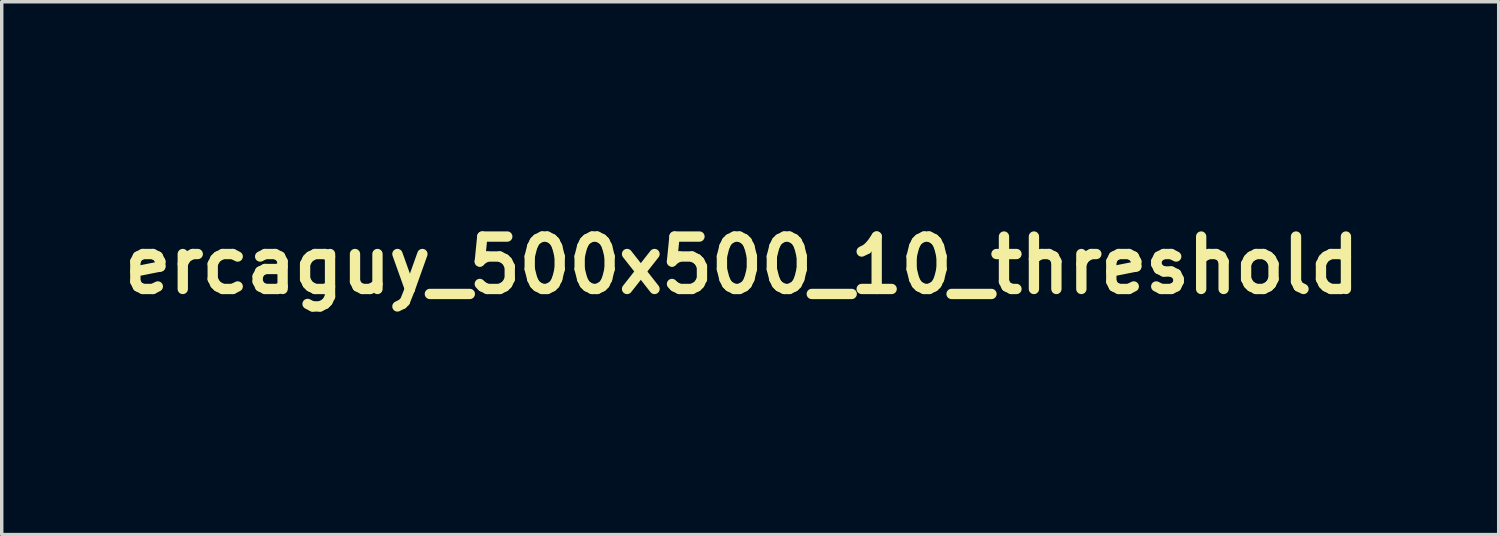
<source format=kicad_pcb>
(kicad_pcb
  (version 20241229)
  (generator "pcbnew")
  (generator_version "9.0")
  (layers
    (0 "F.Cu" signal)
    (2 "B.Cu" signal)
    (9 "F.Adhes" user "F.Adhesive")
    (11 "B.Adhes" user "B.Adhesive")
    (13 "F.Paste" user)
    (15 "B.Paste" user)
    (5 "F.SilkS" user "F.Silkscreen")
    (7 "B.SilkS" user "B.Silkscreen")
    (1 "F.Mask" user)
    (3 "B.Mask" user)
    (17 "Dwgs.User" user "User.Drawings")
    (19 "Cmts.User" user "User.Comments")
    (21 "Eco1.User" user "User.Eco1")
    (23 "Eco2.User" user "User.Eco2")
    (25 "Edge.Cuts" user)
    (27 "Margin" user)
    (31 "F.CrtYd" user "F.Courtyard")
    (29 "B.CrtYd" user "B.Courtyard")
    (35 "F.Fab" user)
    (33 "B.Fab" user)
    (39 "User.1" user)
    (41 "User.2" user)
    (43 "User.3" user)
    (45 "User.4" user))
  (footprint "ercaguy_500x500_10_threshold"
    (layer "F.Cu")
    (at 18.52 4.662)
    (property "Reference" "ercaguy_500x500_10_threshold" (at 0 0 0) (layer "F.SilkS") (effects (font (size 1.524 1.524) (thickness 0.3))))
    (attr through_hole)
    (fp_poly (pts (xy 1.026 1.651) (xy 1.025 1.633) (xy 1.032 1.632) (xy 1.026 1.651)) (stroke (width 0.01) (type solid)) (fill no) (layer "Eco2.User"))
    (fp_poly (pts (xy 1.676 1.645) (xy 1.674 1.651) (xy 1.675 1.645) (xy 1.676 1.645)) (stroke (width 0.01) (type solid)) (fill no) (layer "Eco2.User"))
    (fp_poly (pts (xy -7.163 -2.057) (xy -7.188 -2.032) (xy -7.214 -2.057) (xy -7.188 -2.083) (xy -7.163 -2.057)) (stroke (width 0.01) (type solid)) (fill no) (layer "Eco2.User"))
    (fp_poly (pts (xy -7.112 -1.905) (xy -7.137 -1.88) (xy -7.163 -1.905) (xy -7.137 -1.93) (xy -7.112 -1.905)) (stroke (width 0.01) (type solid)) (fill no) (layer "Eco2.User"))
    (fp_poly (pts (xy -7.061 -1.651) (xy -7.087 -1.626) (xy -7.112 -1.651) (xy -7.087 -1.676) (xy -7.061 -1.651)) (stroke (width 0.01) (type solid)) (fill no) (layer "Eco2.User"))
    (fp_poly (pts (xy -6.96 -1.295) (xy -6.985 -1.27) (xy -7.01 -1.295) (xy -6.985 -1.321) (xy -6.96 -1.295)) (stroke (width 0.01) (type solid)) (fill no) (layer "Eco2.User"))
    (fp_poly (pts (xy -6.909 -1.092) (xy -6.934 -1.067) (xy -6.96 -1.092) (xy -6.934 -1.118) (xy -6.909 -1.092)) (stroke (width 0.01) (type solid)) (fill no) (layer "Eco2.User"))
    (fp_poly (pts (xy -6.858 -0.889) (xy -6.883 -0.864) (xy -6.909 -0.889) (xy -6.883 -0.914) (xy -6.858 -0.889)) (stroke (width 0.01) (type solid)) (fill no) (layer "Eco2.User"))
    (fp_poly (pts (xy -6.35 -4.496) (xy -6.375 -4.47) (xy -6.401 -4.496) (xy -6.375 -4.521) (xy -6.35 -4.496)) (stroke (width 0.01) (type solid)) (fill no) (layer "Eco2.User"))
    (fp_poly (pts (xy -5.842 -1.549) (xy -5.867 -1.524) (xy -5.893 -1.549) (xy -5.867 -1.575) (xy -5.842 -1.549)) (stroke (width 0.01) (type solid)) (fill no) (layer "Eco2.User"))
    (fp_poly (pts (xy -5.791 -1.397) (xy -5.817 -1.372) (xy -5.842 -1.397) (xy -5.817 -1.422) (xy -5.791 -1.397)) (stroke (width 0.01) (type solid)) (fill no) (layer "Eco2.User"))
    (fp_poly (pts (xy -5.69 -1.194) (xy -5.715 -1.168) (xy -5.74 -1.194) (xy -5.715 -1.219) (xy -5.69 -1.194)) (stroke (width 0.01) (type solid)) (fill no) (layer "Eco2.User"))
    (fp_poly (pts (xy -4.369 -3.632) (xy -4.394 -3.607) (xy -4.42 -3.632) (xy -4.394 -3.658) (xy -4.369 -3.632)) (stroke (width 0.01) (type solid)) (fill no) (layer "Eco2.User"))
    (fp_poly (pts (xy -4.318 -4.597) (xy -4.343 -4.572) (xy -4.369 -4.597) (xy -4.343 -4.623) (xy -4.318 -4.597)) (stroke (width 0.01) (type solid)) (fill no) (layer "Eco2.User"))
    (fp_poly (pts (xy -4.216 -4.547) (xy -4.242 -4.521) (xy -4.267 -4.547) (xy -4.242 -4.572) (xy -4.216 -4.547)) (stroke (width 0.01) (type solid)) (fill no) (layer "Eco2.User"))
    (fp_poly (pts (xy -4.064 -2.21) (xy -4.089 -2.184) (xy -4.115 -2.21) (xy -4.089 -2.235) (xy -4.064 -2.21)) (stroke (width 0.01) (type solid)) (fill no) (layer "Eco2.User"))
    (fp_poly (pts (xy -3.81 -2.159) (xy -3.835 -2.134) (xy -3.861 -2.159) (xy -3.835 -2.184) (xy -3.81 -2.159)) (stroke (width 0.01) (type solid)) (fill no) (layer "Eco2.User"))
    (fp_poly (pts (xy 6.706 -1.803) (xy 6.68 -1.778) (xy 6.655 -1.803) (xy 6.68 -1.829) (xy 6.706 -1.803)) (stroke (width 0.01) (type solid)) (fill no) (layer "Eco2.User"))
    (fp_poly (pts (xy 6.756 -1.6) (xy 6.731 -1.575) (xy 6.706 -1.6) (xy 6.731 -1.626) (xy 6.756 -1.6)) (stroke (width 0.01) (type solid)) (fill no) (layer "Eco2.User"))
    (fp_poly (pts (xy 6.807 -1.448) (xy 6.782 -1.422) (xy 6.756 -1.448) (xy 6.782 -1.473) (xy 6.807 -1.448)) (stroke (width 0.01) (type solid)) (fill no) (layer "Eco2.User"))
    (fp_poly (pts (xy 6.858 -1.346) (xy 6.833 -1.321) (xy 6.807 -1.346) (xy 6.833 -1.372) (xy 6.858 -1.346)) (stroke (width 0.01) (type solid)) (fill no) (layer "Eco2.User"))
    (fp_poly (pts (xy 6.96 -1.143) (xy 6.934 -1.118) (xy 6.909 -1.143) (xy 6.934 -1.168) (xy 6.96 -1.143)) (stroke (width 0.01) (type solid)) (fill no) (layer "Eco2.User"))
    (fp_poly (pts (xy 7.976 -1.549) (xy 7.95 -1.524) (xy 7.925 -1.549) (xy 7.95 -1.575) (xy 7.976 -1.549)) (stroke (width 0.01) (type solid)) (fill no) (layer "Eco2.User"))
    (fp_poly (pts (xy 8.077 -1.499) (xy 8.052 -1.473) (xy 8.026 -1.499) (xy 8.052 -1.524) (xy 8.077 -1.499)) (stroke (width 0.01) (type solid)) (fill no) (layer "Eco2.User"))
    (fp_poly (pts (xy 8.128 -3.378) (xy 8.103 -3.353) (xy 8.077 -3.378) (xy 8.103 -3.404) (xy 8.128 -3.378)) (stroke (width 0.01) (type solid)) (fill no) (layer "Eco2.User"))
    (fp_poly (pts (xy 8.28 -1.448) (xy 8.255 -1.422) (xy 8.23 -1.448) (xy 8.255 -1.473) (xy 8.28 -1.448)) (stroke (width 0.01) (type solid)) (fill no) (layer "Eco2.User"))
    (fp_poly (pts (xy 8.382 -1.905) (xy 8.357 -1.88) (xy 8.331 -1.905) (xy 8.357 -1.93) (xy 8.382 -1.905)) (stroke (width 0.01) (type solid)) (fill no) (layer "Eco2.User"))
    (fp_poly (pts (xy 8.89 -2.819) (xy 8.865 -2.794) (xy 8.839 -2.819) (xy 8.865 -2.845) (xy 8.89 -2.819)) (stroke (width 0.01) (type solid)) (fill no) (layer "Eco2.User"))
    (fp_poly (pts (xy 9.957 -4.293) (xy 9.931 -4.267) (xy 9.906 -4.293) (xy 9.931 -4.318) (xy 9.957 -4.293)) (stroke (width 0.01) (type solid)) (fill no) (layer "Eco2.User"))
    (fp_poly (pts (xy 10.719 -0.991) (xy 10.693 -0.965) (xy 10.668 -0.991) (xy 10.693 -1.016) (xy 10.719 -0.991)) (stroke (width 0.01) (type solid)) (fill no) (layer "Eco2.User"))
    (fp_poly (pts (xy 10.77 -0.889) (xy 10.744 -0.864) (xy 10.719 -0.889) (xy 10.744 -0.914) (xy 10.77 -0.889)) (stroke (width 0.01) (type solid)) (fill no) (layer "Eco2.User"))
    (fp_poly (pts (xy 12.243 -0.737) (xy 12.217 -0.711) (xy 12.192 -0.737) (xy 12.217 -0.762) (xy 12.243 -0.737)) (stroke (width 0.01) (type solid)) (fill no) (layer "Eco2.User"))
    (fp_poly (pts (xy 13.97 -3.023) (xy 13.945 -2.997) (xy 13.919 -3.023) (xy 13.945 -3.048) (xy 13.97 -3.023)) (stroke (width 0.01) (type solid)) (fill no) (layer "Eco2.User"))
    (fp_poly (pts (xy 13.97 -2.921) (xy 13.945 -2.896) (xy 13.919 -2.921) (xy 13.945 -2.946) (xy 13.97 -2.921)) (stroke (width 0.01) (type solid)) (fill no) (layer "Eco2.User"))
    (fp_poly (pts (xy 14.021 -2.769) (xy 13.995 -2.743) (xy 13.97 -2.769) (xy 13.995 -2.794) (xy 14.021 -2.769)) (stroke (width 0.01) (type solid)) (fill no) (layer "Eco2.User"))
    (fp_poly (pts (xy 14.021 -2.667) (xy 13.995 -2.642) (xy 13.97 -2.667) (xy 13.995 -2.692) (xy 14.021 -2.667)) (stroke (width 0.01) (type solid)) (fill no) (layer "Eco2.User"))
    (fp_poly (pts (xy 14.072 -2.515) (xy 14.046 -2.489) (xy 14.021 -2.515) (xy 14.046 -2.54) (xy 14.072 -2.515)) (stroke (width 0.01) (type solid)) (fill no) (layer "Eco2.User"))
    (fp_poly (pts (xy 14.122 -2.108) (xy 14.097 -2.083) (xy 14.072 -2.108) (xy 14.097 -2.134) (xy 14.122 -2.108)) (stroke (width 0.01) (type solid)) (fill no) (layer "Eco2.User"))
    (fp_poly (pts (xy 14.173 -1.854) (xy 14.148 -1.829) (xy 14.122 -1.854) (xy 14.148 -1.88) (xy 14.173 -1.854)) (stroke (width 0.01) (type solid)) (fill no) (layer "Eco2.User"))
    (fp_poly (pts (xy 14.275 -1.295) (xy 14.249 -1.27) (xy 14.224 -1.295) (xy 14.249 -1.321) (xy 14.275 -1.295)) (stroke (width 0.01) (type solid)) (fill no) (layer "Eco2.User"))
    (fp_poly (pts (xy 16.104 -0.381) (xy 16.078 -0.356) (xy 16.053 -0.381) (xy 16.078 -0.406) (xy 16.104 -0.381)) (stroke (width 0.01) (type solid)) (fill no) (layer "Eco2.User"))
    (fp_poly (pts (xy 18.39 -0.787) (xy 18.364 -0.762) (xy 18.339 -0.787) (xy 18.364 -0.813) (xy 18.39 -0.787)) (stroke (width 0.01) (type solid)) (fill no) (layer "Eco2.User"))
    (fp_poly (pts (xy 18.44 -0.94) (xy 18.415 -0.914) (xy 18.39 -0.94) (xy 18.415 -0.965) (xy 18.44 -0.94)) (stroke (width 0.01) (type solid)) (fill no) (layer "Eco2.User"))
    (fp_poly (pts (xy 18.898 -1.854) (xy 18.872 -1.829) (xy 18.847 -1.854) (xy 18.872 -1.88) (xy 18.898 -1.854)) (stroke (width 0.01) (type solid)) (fill no) (layer "Eco2.User"))
    (fp_poly (pts (xy 18.898 -1.499) (xy 18.872 -1.473) (xy 18.847 -1.499) (xy 18.872 -1.524) (xy 18.898 -1.499)) (stroke (width 0.01) (type solid)) (fill no) (layer "Eco2.User"))
    (fp_poly (pts (xy 18.948 -1.041) (xy 18.923 -1.016) (xy 18.898 -1.041) (xy 18.923 -1.067) (xy 18.948 -1.041)) (stroke (width 0.01) (type solid)) (fill no) (layer "Eco2.User"))
    (fp_poly (pts (xy 18.999 -1.143) (xy 18.974 -1.118) (xy 18.948 -1.143) (xy 18.974 -1.168) (xy 18.999 -1.143)) (stroke (width 0.01) (type solid)) (fill no) (layer "Eco2.User"))
    (fp_poly (pts (xy -7.027 -1.507) (xy -7.021 -1.447) (xy -7.027 -1.439) (xy -7.058 -1.446) (xy -7.061 -1.473) (xy -7.043 -1.515) (xy -7.027 -1.507)) (stroke (width 0.01) (type solid)) (fill no) (layer "Eco2.User"))
    (fp_poly (pts (xy -6.824 -1.05) (xy -6.818 -0.99) (xy -6.824 -0.982) (xy -6.854 -0.989) (xy -6.858 -1.016) (xy -6.839 -1.058) (xy -6.824 -1.05)) (stroke (width 0.01) (type solid)) (fill no) (layer "Eco2.User"))
    (fp_poly (pts (xy -6.621 -1.913) (xy -6.615 -1.853) (xy -6.621 -1.846) (xy -6.651 -1.853) (xy -6.655 -1.88) (xy -6.636 -1.921) (xy -6.621 -1.913)) (stroke (width 0.01) (type solid)) (fill no) (layer "Eco2.User"))
    (fp_poly (pts (xy -5.91 -1.812) (xy -5.904 -1.752) (xy -5.91 -1.744) (xy -5.94 -1.751) (xy -5.944 -1.778) (xy -5.925 -1.82) (xy -5.91 -1.812)) (stroke (width 0.01) (type solid)) (fill no) (layer "Eco2.User"))
    (fp_poly (pts (xy -4.335 -3.336) (xy -4.329 -3.276) (xy -4.335 -3.268) (xy -4.365 -3.275) (xy -4.369 -3.302) (xy -4.35 -3.344) (xy -4.335 -3.336)) (stroke (width 0.01) (type solid)) (fill no) (layer "Eco2.User"))
    (fp_poly (pts (xy -4.233 -2.269) (xy -4.24 -2.239) (xy -4.267 -2.235) (xy -4.309 -2.254) (xy -4.301 -2.269) (xy -4.241 -2.275) (xy -4.233 -2.269)) (stroke (width 0.01) (type solid)) (fill no) (layer "Eco2.User"))
    (fp_poly (pts (xy -4.183 -2.167) (xy -4.19 -2.137) (xy -4.216 -2.134) (xy -4.258 -2.152) (xy -4.25 -2.167) (xy -4.19 -2.174) (xy -4.183 -2.167)) (stroke (width 0.01) (type solid)) (fill no) (layer "Eco2.User"))
    (fp_poly (pts (xy 9.381 -0.694) (xy 9.374 -0.664) (xy 9.347 -0.66) (xy 9.305 -0.679) (xy 9.313 -0.694) (xy 9.374 -0.7) (xy 9.381 -0.694)) (stroke (width 0.01) (type solid)) (fill no) (layer "Eco2.User"))
    (fp_poly (pts (xy 9.537 -4.501) (xy 9.521 -4.478) (xy 9.47 -4.474) (xy 9.416 -4.487) (xy 9.439 -4.505) (xy 9.519 -4.511) (xy 9.537 -4.501)) (stroke (width 0.01) (type solid)) (fill no) (layer "Eco2.User"))
    (fp_poly (pts (xy 14.055 -2.421) (xy 14.061 -2.361) (xy 14.055 -2.354) (xy 14.024 -2.361) (xy 14.021 -2.388) (xy 14.039 -2.429) (xy 14.055 -2.421)) (stroke (width 0.01) (type solid)) (fill no) (layer "Eco2.User"))
    (fp_poly (pts (xy 14.207 -1.609) (xy 14.213 -1.548) (xy 14.207 -1.541) (xy 14.177 -1.548) (xy 14.173 -1.575) (xy 14.192 -1.617) (xy 14.207 -1.609)) (stroke (width 0.01) (type solid)) (fill no) (layer "Eco2.User"))
    (fp_poly (pts (xy 14.309 -1.101) (xy 14.315 -1.04) (xy 14.309 -1.033) (xy 14.278 -1.04) (xy 14.275 -1.067) (xy 14.293 -1.109) (xy 14.309 -1.101)) (stroke (width 0.01) (type solid)) (fill no) (layer "Eco2.User"))
    (fp_poly (pts (xy 18.779 -1.507) (xy 18.785 -1.447) (xy 18.779 -1.439) (xy 18.749 -1.446) (xy 18.745 -1.473) (xy 18.764 -1.515) (xy 18.779 -1.507)) (stroke (width 0.01) (type solid)) (fill no) (layer "Eco2.User"))
    (fp_poly (pts (xy 10.147 -4.145) (xy 10.243 -4.055) (xy 10.257 -4.016) (xy 10.244 -4.013) (xy 10.203 -4.047) (xy 10.13 -4.128) (xy 10.033 -4.242) (xy 10.147 -4.145)) (stroke (width 0.01) (type solid)) (fill no) (layer "Eco2.User"))
    (fp_poly (pts (xy -5.612 -1.051) (xy -5.575 -1.022) (xy -5.496 -0.948) (xy -5.497 -0.915) (xy -5.506 -0.914) (xy -5.548 -0.949) (xy -5.594 -1.003) (xy -5.638 -1.063) (xy -5.612 -1.051)) (stroke (width 0.01) (type solid)) (fill no) (layer "Eco2.User"))
    (fp_poly (pts (xy -4.269 -3.515) (xy -4.267 -3.48) (xy -4.294 -3.412) (xy -4.316 -3.404) (xy -4.344 -3.441) (xy -4.336 -3.48) (xy -4.3 -3.547) (xy -4.287 -3.556) (xy -4.269 -3.515)) (stroke (width 0.01) (type solid)) (fill no) (layer "Eco2.User"))
    (fp_poly (pts (xy -3.976 -2.11) (xy -3.962 -2.083) (xy -3.97 -2.038) (xy -4.014 -2.052) (xy -4.064 -2.083) (xy -4.111 -2.122) (xy -4.063 -2.133) (xy -4.051 -2.133) (xy -3.976 -2.11)) (stroke (width 0.01) (type solid)) (fill no) (layer "Eco2.User"))
    (fp_poly (pts (xy 1.852 1.478) (xy 1.844 1.52) (xy 1.787 1.615) (xy 1.702 1.656) (xy 1.676 1.645) (xy 1.724 1.537) (xy 1.783 1.447) (xy 1.833 1.426) (xy 1.852 1.478)) (stroke (width 0.01) (type solid)) (fill no) (layer "Eco2.User"))
    (fp_poly (pts (xy -1.097 -2.966) (xy -1.07 -2.875) (xy -1.098 -2.773) (xy -1.163 -2.712) (xy -1.272 -2.688) (xy -1.384 -2.7) (xy -1.461 -2.746) (xy -1.473 -2.784) (xy -1.433 -2.93) (xy -1.328 -3.009) (xy -1.206 -3.014) (xy -1.097 -2.966)) (stroke (width 0.01) (type solid)) (fill no) (layer "Eco2.User"))
    (fp_poly (pts (xy 18.157 -0.9) (xy 18.153 -0.887) (xy 18.101 -0.84) (xy 18.007 -0.808) (xy 17.911 -0.795) (xy 17.851 -0.81) (xy 17.846 -0.833) (xy 17.903 -0.88) (xy 18.018 -0.918) (xy 18.021 -0.918) (xy 18.129 -0.93) (xy 18.157 -0.9)) (stroke (width 0.01) (type solid)) (fill no) (layer "Eco2.User"))
    (fp_poly (pts (xy 17.461 -0.898) (xy 17.461 -0.897) (xy 17.403 -0.849) (xy 17.287 -0.809) (xy 17.279 -0.807) (xy 17.161 -0.796) (xy 17.134 -0.829) (xy 17.134 -0.83) (xy 17.192 -0.878) (xy 17.307 -0.918) (xy 17.316 -0.92) (xy 17.434 -0.931) (xy 17.461 -0.898)) (stroke (width 0.01) (type solid)) (fill no) (layer "Eco2.User"))
    (fp_poly (pts (xy 18.845 -1.082) (xy 18.847 -1.069) (xy 18.822 -1.007) (xy 18.764 -0.928) (xy 18.7 -0.862) (xy 18.653 -0.836) (xy 18.645 -0.848) (xy 18.68 -0.929) (xy 18.694 -0.94) (xy 18.737 -1.011) (xy 18.745 -1.073) (xy 18.765 -1.141) (xy 18.796 -1.143) (xy 18.845 -1.082)) (stroke (width 0.01) (type solid)) (fill no) (layer "Eco2.User"))
    (fp_poly (pts (xy -6.672 -4.584) (xy -6.662 -4.528) (xy -6.617 -4.506) (xy -6.594 -4.491) (xy -6.669 -4.487) (xy -6.839 -4.491) (xy -7.1 -4.505) (xy -7.341 -4.521) (xy -7.798 -4.553) (xy -7.307 -4.562) (xy -7.084 -4.57) (xy -6.894 -4.582) (xy -6.763 -4.597) (xy -6.727 -4.606) (xy -6.666 -4.615) (xy -6.672 -4.584)) (stroke (width 0.01) (type solid)) (fill no) (layer "Eco2.User"))
    (fp_poly (pts (xy -10.192 -3.145) (xy -10.143 -3.115) (xy -10.146 -3.034) (xy -10.156 -2.985) (xy -10.189 -2.875) (xy -10.255 -2.824) (xy -10.385 -2.803) (xy -10.509 -2.798) (xy -10.558 -2.82) (xy -10.553 -2.886) (xy -10.549 -2.905) (xy -10.523 -3.024) (xy -10.516 -3.086) (xy -10.469 -3.131) (xy -10.337 -3.149) (xy -10.319 -3.15) (xy -10.192 -3.145)) (stroke (width 0.01) (type solid)) (fill no) (layer "Eco2.User"))
    (fp_poly (pts (xy -6.527 -1.65) (xy -6.481 -1.504) (xy -6.408 -1.249) (xy -6.368 -1.078) (xy -6.362 -0.976) (xy -6.392 -0.93) (xy -6.461 -0.926) (xy -6.57 -0.95) (xy -6.632 -0.974) (xy -6.623 -1.015) (xy -6.572 -1.074) (xy -6.523 -1.142) (xy -6.507 -1.223) (xy -6.521 -1.348) (xy -6.542 -1.459) (xy -6.577 -1.648) (xy -6.584 -1.744) (xy -6.567 -1.746) (xy -6.527 -1.65)) (stroke (width 0.01) (type solid)) (fill no) (layer "Eco2.User"))
    (fp_poly (pts (xy 9.231 -1.867) (xy 9.283 -1.843) (xy 9.296 -1.798) (xy 9.296 -1.793) (xy 9.284 -1.746) (xy 9.235 -1.719) (xy 9.126 -1.705) (xy 8.94 -1.702) (xy 8.914 -1.702) (xy 8.716 -1.705) (xy 8.601 -1.718) (xy 8.551 -1.745) (xy 8.546 -1.778) (xy 8.582 -1.821) (xy 8.679 -1.849) (xy 8.855 -1.866) (xy 8.929 -1.869) (xy 9.12 -1.874) (xy 9.231 -1.867)) (stroke (width 0.01) (type solid)) (fill no) (layer "Eco2.User"))
    (fp_poly (pts (xy 18.722 -1.817) (xy 18.78 -1.796) (xy 18.755 -1.769) (xy 18.685 -1.738) (xy 18.557 -1.656) (xy 18.472 -1.523) (xy 18.418 -1.317) (xy 18.407 -1.247) (xy 18.378 -1.112) (xy 18.341 -1.029) (xy 18.307 -1.013) (xy 18.289 -1.075) (xy 18.288 -1.105) (xy 18.314 -1.301) (xy 18.382 -1.494) (xy 18.477 -1.659) (xy 18.586 -1.775) (xy 18.696 -1.82) (xy 18.722 -1.817)) (stroke (width 0.01) (type solid)) (fill no) (layer "Eco2.User"))
    (fp_poly (pts (xy -4.391 -2.189) (xy -4.411 -2.06) (xy -4.466 -1.901) (xy -4.547 -1.736) (xy -4.643 -1.593) (xy -4.735 -1.502) (xy -4.84 -1.449) (xy -4.947 -1.422) (xy -5.018 -1.429) (xy -5.029 -1.447) (xy -4.987 -1.481) (xy -4.884 -1.532) (xy -4.859 -1.543) (xy -4.72 -1.645) (xy -4.594 -1.81) (xy -4.504 -2.003) (xy -4.47 -2.178) (xy -4.452 -2.254) (xy -4.419 -2.26) (xy -4.391 -2.189)) (stroke (width 0.01) (type solid)) (fill no) (layer "Eco2.User"))
    (fp_poly (pts (xy -4.002 -1.89) (xy -4.04 -1.741) (xy -4.175 -1.425) (xy -4.368 -1.167) (xy -4.605 -0.987) (xy -4.622 -0.978) (xy -4.811 -0.894) (xy -4.944 -0.868) (xy -5.049 -0.895) (xy -5.069 -0.907) (xy -5.077 -0.946) (xy -4.988 -0.995) (xy -4.932 -1.015) (xy -4.651 -1.156) (xy -4.411 -1.384) (xy -4.223 -1.673) (xy -4.117 -1.855) (xy -4.043 -1.954) (xy -4.003 -1.965) (xy -4.002 -1.89)) (stroke (width 0.01) (type solid)) (fill no) (layer "Eco2.User"))
    (fp_poly (pts (xy 17.91 -1.841) (xy 17.932 -1.798) (xy 17.894 -1.734) (xy 17.865 -1.727) (xy 17.825 -1.687) (xy 17.786 -1.561) (xy 17.748 -1.343) (xy 17.733 -1.236) (xy 17.69 -0.969) (xy 17.642 -0.775) (xy 17.593 -0.669) (xy 17.588 -0.665) (xy 17.533 -0.616) (xy 17.527 -0.646) (xy 17.544 -0.711) (xy 17.612 -0.998) (xy 17.665 -1.325) (xy 17.696 -1.633) (xy 17.699 -1.702) (xy 17.72 -1.815) (xy 17.785 -1.858) (xy 17.818 -1.862) (xy 17.91 -1.841)) (stroke (width 0.01) (type solid)) (fill no) (layer "Eco2.User"))
    (fp_poly (pts (xy 16.394 -0.997) (xy 16.379 -0.971) (xy 16.328 -0.964) (xy 16.264 -0.956) (xy 16.294 -0.923) (xy 16.307 -0.914) (xy 16.354 -0.875) (xy 16.305 -0.865) (xy 16.294 -0.864) (xy 16.23 -0.836) (xy 16.206 -0.739) (xy 16.205 -0.691) (xy 16.182 -0.551) (xy 16.128 -0.489) (xy 16.078 -0.481) (xy 16.091 -0.534) (xy 16.107 -0.566) (xy 16.143 -0.695) (xy 16.143 -0.82) (xy 16.142 -0.931) (xy 16.198 -0.984) (xy 16.242 -0.998) (xy 16.346 -1.01) (xy 16.394 -0.997)) (stroke (width 0.01) (type solid)) (fill no) (layer "Eco2.User"))
    (fp_poly (pts (xy 17.229 -1.838) (xy 17.236 -1.793) (xy 17.172 -1.732) (xy 17.145 -1.727) (xy 17.105 -1.685) (xy 17.072 -1.553) (xy 17.044 -1.326) (xy 17.042 -1.308) (xy 17.018 -1.08) (xy 16.99 -0.899) (xy 16.963 -0.778) (xy 16.938 -0.728) (xy 16.92 -0.761) (xy 16.914 -0.813) (xy 16.912 -0.93) (xy 16.919 -0.991) (xy 16.936 -1.081) (xy 16.957 -1.24) (xy 16.98 -1.437) (xy 17.001 -1.641) (xy 17.014 -1.806) (xy 17.061 -1.847) (xy 17.14 -1.859) (xy 17.229 -1.838)) (stroke (width 0.01) (type solid)) (fill no) (layer "Eco2.User"))
    (fp_poly (pts (xy -10.264 -2.533) (xy -10.262 -2.53) (xy -10.271 -2.471) (xy -10.298 -2.334) (xy -10.336 -2.145) (xy -10.381 -1.924) (xy -10.428 -1.695) (xy -10.474 -1.48) (xy -10.512 -1.303) (xy -10.538 -1.187) (xy -10.546 -1.156) (xy -10.607 -1.089) (xy -10.744 -1.067) (xy -10.753 -1.067) (xy -10.872 -1.073) (xy -10.914 -1.109) (xy -10.905 -1.204) (xy -10.899 -1.232) (xy -10.875 -1.349) (xy -10.837 -1.538) (xy -10.789 -1.769) (xy -10.751 -1.956) (xy -10.637 -2.515) (xy -10.449 -2.53) (xy -10.328 -2.537) (xy -10.264 -2.533)) (stroke (width 0.01) (type solid)) (fill no) (layer "Eco2.User"))
    (fp_poly (pts (xy -16.222 -3.145) (xy -16.175 -3.115) (xy -16.18 -3.041) (xy -16.187 -3.01) (xy -16.209 -2.916) (xy -16.247 -2.741) (xy -16.296 -2.505) (xy -16.354 -2.228) (xy -16.405 -1.981) (xy -16.587 -1.092) (xy -16.777 -1.076) (xy -16.899 -1.073) (xy -16.964 -1.085) (xy -16.967 -1.09) (xy -16.957 -1.147) (xy -16.929 -1.285) (xy -16.887 -1.484) (xy -16.835 -1.724) (xy -16.82 -1.791) (xy -16.758 -2.077) (xy -16.698 -2.363) (xy -16.646 -2.615) (xy -16.608 -2.802) (xy -16.608 -2.807) (xy -16.542 -3.15) (xy -16.347 -3.15) (xy -16.222 -3.145)) (stroke (width 0.01) (type solid)) (fill no) (layer "Eco2.User"))
    (fp_poly (pts (xy -1.228 -2.434) (xy -1.17 -2.422) (xy -1.168 -2.42) (xy -1.178 -2.363) (xy -1.204 -2.229) (xy -1.242 -2.04) (xy -1.287 -1.82) (xy -1.334 -1.591) (xy -1.379 -1.376) (xy -1.417 -1.197) (xy -1.444 -1.076) (xy -1.45 -1.051) (xy -1.491 -0.956) (xy -1.574 -0.919) (xy -1.657 -0.914) (xy -1.787 -0.933) (xy -1.829 -0.984) (xy -1.817 -1.064) (xy -1.785 -1.234) (xy -1.732 -1.485) (xy -1.662 -1.809) (xy -1.577 -2.196) (xy -1.548 -2.324) (xy -1.508 -2.404) (xy -1.417 -2.436) (xy -1.345 -2.438) (xy -1.228 -2.434)) (stroke (width 0.01) (type solid)) (fill no) (layer "Eco2.User"))
    (fp_poly (pts (xy -6.198 -3.962) (xy -6.168 -3.86) (xy -6.152 -3.69) (xy -6.15 -3.485) (xy -6.162 -3.279) (xy -6.188 -3.104) (xy -6.204 -3.043) (xy -6.285 -2.882) (xy -6.409 -2.718) (xy -6.548 -2.583) (xy -6.67 -2.51) (xy -6.735 -2.468) (xy -6.749 -2.381) (xy -6.74 -2.306) (xy -6.722 -2.181) (xy -6.73 -2.141) (xy -6.772 -2.17) (xy -6.797 -2.195) (xy -6.863 -2.325) (xy -6.842 -2.481) (xy -6.738 -2.647) (xy -6.648 -2.735) (xy -6.444 -2.953) (xy -6.317 -3.202) (xy -6.257 -3.504) (xy -6.249 -3.683) (xy -6.243 -3.872) (xy -6.228 -3.965) (xy -6.202 -3.968) (xy -6.198 -3.962)) (stroke (width 0.01) (type solid)) (fill no) (layer "Eco2.User"))
    (fp_poly (pts (xy -3.817 -2.071) (xy -3.752 -2.012) (xy -3.745 -1.948) (xy -3.784 -1.778) (xy -3.862 -1.562) (xy -3.964 -1.335) (xy -4.073 -1.137) (xy -4.116 -1.074) (xy -4.317 -0.866) (xy -4.559 -0.728) (xy -4.819 -0.665) (xy -5.076 -0.682) (xy -5.271 -0.761) (xy -5.38 -0.836) (xy -5.431 -0.886) (xy -5.417 -0.899) (xy -5.331 -0.862) (xy -5.326 -0.86) (xy -5.151 -0.809) (xy -4.931 -0.804) (xy -4.712 -0.842) (xy -4.561 -0.905) (xy -4.362 -1.074) (xy -4.179 -1.313) (xy -4.032 -1.591) (xy -3.94 -1.875) (xy -3.935 -1.897) (xy -3.897 -2.028) (xy -3.841 -2.072) (xy -3.817 -2.071)) (stroke (width 0.01) (type solid)) (fill no) (layer "Eco2.User"))
    (fp_poly (pts (xy 1.168 1.87) (xy 1.16 1.962) (xy 1.115 2.006) (xy 1.005 2.021) (xy 0.956 2.024) (xy 0.806 2.015) (xy 0.712 1.98) (xy 0.702 1.969) (xy 0.649 1.935) (xy 0.622 1.958) (xy 0.54 2.007) (xy 0.422 2.02) (xy 0.316 1.997) (xy 0.272 1.955) (xy 0.256 1.88) (xy 0.356 1.88) (xy 0.374 1.921) (xy 0.389 1.913) (xy 0.396 1.853) (xy 0.389 1.846) (xy 0.359 1.853) (xy 0.356 1.88) (xy 0.256 1.88) (xy 0.251 1.86) (xy 0.285 1.795) (xy 0.386 1.757) (xy 0.566 1.737) (xy 0.733 1.732) (xy 1.168 1.724) (xy 1.168 1.87)) (stroke (width 0.01) (type solid)) (fill no) (layer "Eco2.User"))
    (fp_poly (pts (xy 0.108 -2.434) (xy 0.145 -2.402) (xy 0.117 -2.316) (xy 0.093 -2.263) (xy 0.012 -2.161) (xy -0.112 -2.134) (xy -0.271 -2.09) (xy -0.408 -1.957) (xy -0.526 -1.731) (xy -0.625 -1.41) (xy -0.689 -1.105) (xy -0.719 -0.98) (xy -0.772 -0.927) (xy -0.884 -0.915) (xy -0.915 -0.914) (xy -1.107 -0.914) (xy -0.983 -1.486) (xy -0.929 -1.734) (xy -0.879 -1.963) (xy -0.84 -2.144) (xy -0.821 -2.235) (xy -0.782 -2.358) (xy -0.712 -2.413) (xy -0.62 -2.429) (xy -0.508 -2.431) (xy -0.464 -2.389) (xy -0.457 -2.305) (xy -0.457 -2.165) (xy -0.315 -2.302) (xy -0.136 -2.417) (xy -0.01 -2.438) (xy 0.108 -2.434)) (stroke (width 0.01) (type solid)) (fill no) (layer "Eco2.User"))
    (fp_poly (pts (xy -4.456 -4.634) (xy -4.463 -4.629) (xy -4.5 -4.583) (xy -4.476 -4.565) (xy -4.488 -4.555) (xy -4.579 -4.548) (xy -4.669 -4.547) (xy -4.938 -4.498) (xy -5.18 -4.359) (xy -5.391 -4.136) (xy -5.567 -3.839) (xy -5.703 -3.474) (xy -5.795 -3.05) (xy -5.839 -2.575) (xy -5.842 -2.405) (xy -5.845 -2.188) (xy -5.855 -2.014) (xy -5.868 -1.906) (xy -5.88 -1.88) (xy -5.894 -1.927) (xy -5.905 -2.056) (xy -5.912 -2.247) (xy -5.913 -2.477) (xy -5.882 -2.95) (xy -5.804 -3.383) (xy -5.683 -3.766) (xy -5.524 -4.09) (xy -5.332 -4.343) (xy -5.112 -4.517) (xy -4.878 -4.599) (xy -4.705 -4.626) (xy -4.547 -4.65) (xy -4.454 -4.657) (xy -4.456 -4.634)) (stroke (width 0.01) (type solid)) (fill no) (layer "Eco2.User"))
    (fp_poly (pts (xy -10.865 -2.58) (xy -10.824 -2.553) (xy -10.884 -2.394) (xy -11.031 -2.288) (xy -11.103 -2.263) (xy -11.288 -2.172) (xy -11.428 -2.009) (xy -11.531 -1.765) (xy -11.58 -1.566) (xy -11.625 -1.34) (xy -11.66 -1.195) (xy -11.696 -1.113) (xy -11.742 -1.076) (xy -11.809 -1.067) (xy -11.872 -1.067) (xy -11.99 -1.073) (xy -12.034 -1.109) (xy -12.027 -1.196) (xy -12.025 -1.206) (xy -12.004 -1.311) (xy -11.969 -1.489) (xy -11.925 -1.716) (xy -11.881 -1.943) (xy -11.765 -2.54) (xy -11.591 -2.54) (xy -11.476 -2.532) (xy -11.436 -2.494) (xy -11.442 -2.413) (xy -11.455 -2.32) (xy -11.434 -2.296) (xy -11.367 -2.344) (xy -11.27 -2.438) (xy -11.099 -2.561) (xy -10.969 -2.591) (xy -10.865 -2.58)) (stroke (width 0.01) (type solid)) (fill no) (layer "Eco2.User"))
    (fp_poly (pts (xy -2.164 0.732) (xy -2.134 0.815) (xy -2.134 0.838) (xy -2.113 0.935) (xy -2.03 0.965) (xy -2.007 0.965) (xy -1.916 0.982) (xy -1.883 1.051) (xy -1.88 1.118) (xy -1.893 1.227) (xy -1.951 1.266) (xy -2.007 1.27) (xy -2.103 1.291) (xy -2.133 1.374) (xy -2.134 1.397) (xy -2.155 1.494) (xy -2.237 1.523) (xy -2.261 1.524) (xy -2.357 1.503) (xy -2.387 1.42) (xy -2.388 1.397) (xy -2.404 1.306) (xy -2.474 1.273) (xy -2.54 1.27) (xy -2.648 1.257) (xy -2.688 1.198) (xy -2.692 1.118) (xy -2.68 1.01) (xy -2.62 0.97) (xy -2.54 0.965) (xy -2.431 0.952) (xy -2.391 0.893) (xy -2.388 0.838) (xy -2.367 0.742) (xy -2.284 0.712) (xy -2.261 0.711) (xy -2.164 0.732)) (stroke (width 0.01) (type solid)) (fill no) (layer "Eco2.User"))
    (fp_poly (pts (xy 0.761 1.524) (xy 0.775 1.599) (xy 0.799 1.575) (xy 0.866 1.468) (xy 0.943 1.43) (xy 1.003 1.465) (xy 1.021 1.537) (xy 1.025 1.633) (xy 0.868 1.658) (xy 0.643 1.668) (xy 0.443 1.668) (xy 0.326 1.659) (xy 0.275 1.637) (xy 0.273 1.6) (xy 0.356 1.6) (xy 0.381 1.626) (xy 0.406 1.6) (xy 0.381 1.575) (xy 0.356 1.6) (xy 0.273 1.6) (xy 0.273 1.6) (xy 0.275 1.594) (xy 0.301 1.502) (xy 0.305 1.475) (xy 0.348 1.445) (xy 0.432 1.435) (xy 0.536 1.463) (xy 0.56 1.518) (xy 0.568 1.572) (xy 0.602 1.535) (xy 0.61 1.524) (xy 0.649 1.481) (xy 0.663 1.53) (xy 0.665 1.549) (xy 0.673 1.608) (xy 0.694 1.575) (xy 0.711 1.524) (xy 0.752 1.397) (xy 0.761 1.524)) (stroke (width 0.01) (type solid)) (fill no) (layer "Eco2.User"))
    (fp_poly (pts (xy 2.802 -2.434) (xy 2.837 -2.402) (xy 2.809 -2.315) (xy 2.786 -2.263) (xy 2.699 -2.158) (xy 2.591 -2.134) (xy 2.45 -2.103) (xy 2.33 -2.005) (xy 2.226 -1.831) (xy 2.132 -1.572) (xy 2.053 -1.266) (xy 2.01 -1.083) (xy 1.973 -0.978) (xy 1.928 -0.929) (xy 1.859 -0.915) (xy 1.799 -0.914) (xy 1.683 -0.928) (xy 1.627 -0.96) (xy 1.626 -0.966) (xy 1.636 -1.03) (xy 1.662 -1.171) (xy 1.702 -1.366) (xy 1.748 -1.594) (xy 1.798 -1.833) (xy 1.847 -2.06) (xy 1.889 -2.252) (xy 1.906 -2.324) (xy 1.947 -2.405) (xy 2.039 -2.436) (xy 2.108 -2.438) (xy 2.224 -2.432) (xy 2.265 -2.394) (xy 2.255 -2.298) (xy 2.252 -2.283) (xy 2.221 -2.127) (xy 2.377 -2.283) (xy 2.546 -2.407) (xy 2.688 -2.438) (xy 2.802 -2.434)) (stroke (width 0.01) (type solid)) (fill no) (layer "Eco2.User"))
    (fp_poly (pts (xy -3.946 -4.253) (xy -3.793 -4.028) (xy -3.689 -3.768) (xy -3.628 -3.536) (xy -3.607 -3.383) (xy -3.635 -3.288) (xy -3.723 -3.231) (xy -3.881 -3.194) (xy -4 -3.174) (xy -4.14 -3.16) (xy -4.204 -3.177) (xy -4.216 -3.215) (xy -4.17 -3.286) (xy -4.044 -3.335) (xy -3.873 -3.352) (xy -3.783 -3.38) (xy -3.76 -3.467) (xy -3.772 -3.536) (xy -3.799 -3.522) (xy -3.862 -3.472) (xy -3.962 -3.433) (xy -4.058 -3.414) (xy -4.111 -3.427) (xy -4.113 -3.436) (xy -4.084 -3.507) (xy -4.037 -3.578) (xy -3.977 -3.699) (xy -3.962 -3.779) (xy -3.945 -3.84) (xy -3.905 -3.82) (xy -3.859 -3.734) (xy -3.842 -3.683) (xy -3.831 -3.663) (xy -3.834 -3.729) (xy -3.841 -3.785) (xy -3.884 -3.955) (xy -3.959 -4.146) (xy -3.994 -4.216) (xy -4.121 -4.445) (xy -3.946 -4.253)) (stroke (width 0.01) (type solid)) (fill no) (layer "Eco2.User"))
    (fp_poly (pts (xy 1.618 1.615) (xy 1.583 1.577) (xy 1.576 1.613) (xy 1.527 1.658) (xy 1.392 1.676) (xy 1.366 1.676) (xy 1.235 1.67) (xy 1.184 1.644) (xy 1.189 1.6) (xy 1.321 1.6) (xy 1.346 1.626) (xy 1.372 1.6) (xy 1.346 1.575) (xy 1.321 1.6) (xy 1.189 1.6) (xy 1.191 1.59) (xy 1.207 1.533) (xy 1.174 1.548) (xy 1.132 1.584) (xy 1.036 1.631) (xy 1.032 1.632) (xy 1.059 1.534) (xy 1.103 1.445) (xy 1.178 1.434) (xy 1.279 1.478) (xy 1.363 1.491) (xy 1.389 1.46) (xy 1.424 1.428) (xy 1.469 1.473) (xy 1.512 1.524) (xy 1.524 1.488) (xy 1.524 1.473) (xy 1.532 1.423) (xy 1.567 1.461) (xy 1.575 1.473) (xy 1.616 1.515) (xy 1.625 1.486) (xy 1.655 1.427) (xy 1.672 1.422) (xy 1.699 1.464) (xy 1.696 1.537) (xy 1.675 1.645) (xy 1.626 1.626) (xy 1.618 1.615)) (stroke (width 0.01) (type solid)) (fill no) (layer "Eco2.User"))
    (fp_poly (pts (xy 1.841 1.735) (xy 1.914 1.766) (xy 1.944 1.835) (xy 1.945 1.841) (xy 1.963 1.922) (xy 1.97 1.904) (xy 1.972 1.88) (xy 2.388 1.88) (xy 2.426 1.929) (xy 2.438 1.93) (xy 2.488 1.892) (xy 2.489 1.88) (xy 2.451 1.83) (xy 2.438 1.829) (xy 2.389 1.867) (xy 2.388 1.88) (xy 1.972 1.88) (xy 1.974 1.845) (xy 1.985 1.789) (xy 2.025 1.756) (xy 2.113 1.739) (xy 2.274 1.734) (xy 2.362 1.733) (xy 2.743 1.731) (xy 2.743 2.029) (xy 2.056 2.02) (xy 1.776 2.015) (xy 1.584 2.007) (xy 1.465 1.994) (xy 1.407 1.975) (xy 1.394 1.947) (xy 1.397 1.939) (xy 1.405 1.892) (xy 1.355 1.923) (xy 1.352 1.926) (xy 1.279 1.959) (xy 1.244 1.929) (xy 1.223 1.872) (xy 1.227 1.864) (xy 1.28 1.834) (xy 1.358 1.791) (xy 1.48 1.751) (xy 1.646 1.729) (xy 1.698 1.727) (xy 1.841 1.735)) (stroke (width 0.01) (type solid)) (fill no) (layer "Eco2.User"))
    (fp_poly (pts (xy -13.41 -2.545) (xy -13.237 -2.428) (xy -13.159 -2.322) (xy -13.11 -2.22) (xy -13.118 -2.165) (xy -13.157 -2.133) (xy -13.271 -2.09) (xy -13.383 -2.089) (xy -13.454 -2.129) (xy -13.462 -2.157) (xy -13.506 -2.244) (xy -13.615 -2.305) (xy -13.751 -2.322) (xy -13.799 -2.314) (xy -13.924 -2.236) (xy -14.034 -2.086) (xy -14.116 -1.895) (xy -14.16 -1.693) (xy -14.154 -1.511) (xy -14.126 -1.428) (xy -14.028 -1.34) (xy -13.889 -1.321) (xy -13.74 -1.371) (xy -13.644 -1.448) (xy -13.526 -1.534) (xy -13.391 -1.574) (xy -13.278 -1.561) (xy -13.233 -1.524) (xy -13.237 -1.443) (xy -13.304 -1.332) (xy -13.414 -1.215) (xy -13.544 -1.119) (xy -13.583 -1.098) (xy -13.832 -1.027) (xy -14.081 -1.038) (xy -14.236 -1.096) (xy -14.397 -1.237) (xy -14.495 -1.439) (xy -14.527 -1.68) (xy -14.49 -1.939) (xy -14.411 -2.138) (xy -14.26 -2.341) (xy -14.064 -2.487) (xy -13.843 -2.571) (xy -13.618 -2.591) (xy -13.41 -2.545)) (stroke (width 0.01) (type solid)) (fill no) (layer "Eco2.User"))
    (fp_poly (pts (xy -8.969 -2.531) (xy -8.795 -2.429) (xy -8.686 -2.277) (xy -8.672 -2.234) (xy -8.678 -2.16) (xy -8.761 -2.115) (xy -8.803 -2.105) (xy -8.926 -2.095) (xy -9.012 -2.15) (xy -9.056 -2.204) (xy -9.183 -2.317) (xy -9.322 -2.337) (xy -9.46 -2.273) (xy -9.583 -2.129) (xy -9.677 -1.912) (xy -9.681 -1.899) (xy -9.726 -1.718) (xy -9.734 -1.591) (xy -9.706 -1.481) (xy -9.701 -1.47) (xy -9.608 -1.354) (xy -9.473 -1.312) (xy -9.326 -1.346) (xy -9.204 -1.448) (xy -9.094 -1.536) (xy -8.965 -1.575) (xy -8.853 -1.557) (xy -8.811 -1.519) (xy -8.813 -1.436) (xy -8.882 -1.323) (xy -8.997 -1.207) (xy -9.138 -1.11) (xy -9.148 -1.105) (xy -9.384 -1.03) (xy -9.628 -1.032) (xy -9.81 -1.092) (xy -9.971 -1.232) (xy -10.067 -1.427) (xy -10.099 -1.655) (xy -10.071 -1.895) (xy -9.985 -2.126) (xy -9.843 -2.328) (xy -9.648 -2.479) (xy -9.418 -2.562) (xy -9.184 -2.577) (xy -8.969 -2.531)) (stroke (width 0.01) (type solid)) (fill no) (layer "Eco2.User"))
    (fp_poly (pts (xy -7.879 -4.595) (xy -7.867 -4.525) (xy -7.872 -4.371) (xy -7.893 -4.149) (xy -7.923 -3.912) (xy -7.958 -3.663) (xy -8.001 -3.34) (xy -8.051 -2.971) (xy -8.102 -2.582) (xy -8.151 -2.2) (xy -8.159 -2.139) (xy -8.209 -1.77) (xy -8.257 -1.452) (xy -8.301 -1.198) (xy -8.339 -1.018) (xy -8.369 -0.926) (xy -8.373 -0.92) (xy -8.421 -0.869) (xy -8.417 -0.903) (xy -8.404 -0.94) (xy -8.374 -1.061) (xy -8.355 -1.215) (xy -8.355 -1.219) (xy -8.338 -1.394) (xy -8.315 -1.549) (xy -8.294 -1.688) (xy -8.27 -1.875) (xy -8.257 -1.988) (xy -8.235 -2.171) (xy -8.214 -2.329) (xy -8.202 -2.394) (xy -8.184 -2.513) (xy -8.161 -2.685) (xy -8.148 -2.794) (xy -8.126 -2.987) (xy -8.104 -3.166) (xy -8.094 -3.238) (xy -8.069 -3.412) (xy -8.045 -3.581) (xy -8.004 -3.88) (xy -7.969 -4.153) (xy -7.944 -4.377) (xy -7.93 -4.527) (xy -7.929 -4.544) (xy -7.909 -4.607) (xy -7.879 -4.595)) (stroke (width 0.01) (type solid)) (fill no) (layer "Eco2.User"))
    (fp_poly (pts (xy 1.185 -2.421) (xy 1.28 -2.375) (xy 1.361 -2.312) (xy 1.486 -2.181) (xy 1.525 -2.075) (xy 1.48 -2.005) (xy 1.358 -1.981) (xy 1.198 -2.017) (xy 1.129 -2.083) (xy 1.025 -2.163) (xy 0.874 -2.182) (xy 0.714 -2.135) (xy 0.627 -2.045) (xy 0.546 -1.889) (xy 0.484 -1.703) (xy 0.457 -1.522) (xy 0.457 -1.505) (xy 0.495 -1.339) (xy 0.592 -1.218) (xy 0.727 -1.168) (xy 0.733 -1.168) (xy 0.824 -1.203) (xy 0.935 -1.29) (xy 0.959 -1.314) (xy 1.073 -1.412) (xy 1.185 -1.441) (xy 1.258 -1.435) (xy 1.37 -1.407) (xy 1.422 -1.371) (xy 1.422 -1.368) (xy 1.39 -1.31) (xy 1.306 -1.207) (xy 1.227 -1.12) (xy 1.11 -1.004) (xy 1.013 -0.943) (xy 0.895 -0.919) (xy 0.732 -0.916) (xy 0.5 -0.933) (xy 0.35 -0.986) (xy 0.323 -1.004) (xy 0.185 -1.16) (xy 0.116 -1.36) (xy 0.102 -1.548) (xy 0.144 -1.855) (xy 0.273 -2.114) (xy 0.401 -2.258) (xy 0.512 -2.347) (xy 0.631 -2.397) (xy 0.798 -2.422) (xy 0.88 -2.429) (xy 1.064 -2.435) (xy 1.185 -2.421)) (stroke (width 0.01) (type solid)) (fill no) (layer "Eco2.User"))
    (fp_poly (pts (xy -17.375 -2.509) (xy -17.22 -2.359) (xy -17.129 -2.142) (xy -17.113 -2.032) (xy -17.105 -1.9) (xy -17.115 -1.813) (xy -17.159 -1.761) (xy -17.256 -1.736) (xy -17.421 -1.728) (xy -17.659 -1.727) (xy -18.197 -1.727) (xy -18.163 -1.587) (xy -18.082 -1.412) (xy -17.957 -1.302) (xy -17.811 -1.268) (xy -17.665 -1.317) (xy -17.602 -1.372) (xy -17.466 -1.458) (xy -17.311 -1.464) (xy -17.234 -1.431) (xy -17.212 -1.383) (xy -17.267 -1.303) (xy -17.31 -1.26) (xy -17.55 -1.088) (xy -17.793 -1.016) (xy -18.041 -1.046) (xy -18.161 -1.095) (xy -18.356 -1.237) (xy -18.471 -1.429) (xy -18.514 -1.686) (xy -18.515 -1.727) (xy -18.476 -2.001) (xy -18.11 -2.001) (xy -18.059 -1.953) (xy -17.918 -1.933) (xy -17.778 -1.93) (xy -17.59 -1.934) (xy -17.483 -1.947) (xy -17.435 -1.977) (xy -17.424 -2.021) (xy -17.466 -2.18) (xy -17.572 -2.286) (xy -17.714 -2.33) (xy -17.865 -2.3) (xy -17.967 -2.223) (xy -18.077 -2.088) (xy -18.11 -2.001) (xy -18.476 -2.001) (xy -18.472 -2.025) (xy -18.347 -2.271) (xy -18.146 -2.454) (xy -18.082 -2.491) (xy -17.82 -2.582) (xy -17.58 -2.585) (xy -17.375 -2.509)) (stroke (width 0.01) (type solid)) (fill no) (layer "Eco2.User"))
    (fp_poly (pts (xy 5.405 -3.039) (xy 5.513 -3.008) (xy 5.554 -2.945) (xy 5.55 -2.872) (xy 5.52 -2.791) (xy 5.452 -2.768) (xy 5.361 -2.778) (xy 5.241 -2.788) (xy 5.173 -2.754) (xy 5.13 -2.651) (xy 5.111 -2.578) (xy 5.098 -2.481) (xy 5.139 -2.444) (xy 5.237 -2.438) (xy 5.345 -2.427) (xy 5.372 -2.386) (xy 5.365 -2.358) (xy 5.337 -2.261) (xy 5.334 -2.231) (xy 5.29 -2.198) (xy 5.187 -2.184) (xy 5.121 -2.184) (xy 5.072 -2.171) (xy 5.035 -2.131) (xy 5.001 -2.049) (xy 4.965 -1.909) (xy 4.919 -1.697) (xy 4.876 -1.486) (xy 4.759 -0.914) (xy 4.589 -0.914) (xy 4.472 -0.926) (xy 4.426 -0.972) (xy 4.421 -1.029) (xy 4.433 -1.129) (xy 4.463 -1.298) (xy 4.505 -1.503) (xy 4.521 -1.575) (xy 4.578 -1.83) (xy 4.609 -2.002) (xy 4.615 -2.108) (xy 4.596 -2.163) (xy 4.552 -2.183) (xy 4.521 -2.184) (xy 4.439 -2.204) (xy 4.42 -2.231) (xy 4.457 -2.365) (xy 4.556 -2.434) (xy 4.597 -2.438) (xy 4.679 -2.458) (xy 4.727 -2.536) (xy 4.748 -2.629) (xy 4.825 -2.85) (xy 4.961 -2.988) (xy 5.158 -3.046) (xy 5.212 -3.048) (xy 5.405 -3.039)) (stroke (width 0.01) (type solid)) (fill no) (layer "Eco2.User"))
    (fp_poly (pts (xy -12.148 -3.021) (xy -12.159 -2.959) (xy -12.187 -2.847) (xy -12.218 -2.705) (xy -12.233 -2.593) (xy -12.202 -2.548) (xy -12.114 -2.54) (xy -12.018 -2.526) (xy -12.004 -2.474) (xy -12.009 -2.46) (xy -12.036 -2.365) (xy -12.04 -2.336) (xy -12.083 -2.299) (xy -12.177 -2.277) (xy -12.256 -2.258) (xy -12.307 -2.207) (xy -12.346 -2.101) (xy -12.378 -1.956) (xy -12.428 -1.67) (xy -12.441 -1.47) (xy -12.416 -1.349) (xy -12.365 -1.301) (xy -12.265 -1.291) (xy -12.23 -1.304) (xy -12.197 -1.3) (xy -12.209 -1.249) (xy -12.239 -1.134) (xy -12.243 -1.088) (xy -12.286 -1.038) (xy -12.393 -1.017) (xy -12.532 -1.023) (xy -12.668 -1.058) (xy -12.739 -1.095) (xy -12.814 -1.178) (xy -12.847 -1.304) (xy -12.838 -1.488) (xy -12.789 -1.747) (xy -12.775 -1.803) (xy -12.725 -2.03) (xy -12.705 -2.176) (xy -12.717 -2.256) (xy -12.76 -2.285) (xy -12.776 -2.286) (xy -12.837 -2.33) (xy -12.852 -2.413) (xy -12.831 -2.51) (xy -12.749 -2.539) (xy -12.725 -2.54) (xy -12.628 -2.561) (xy -12.599 -2.644) (xy -12.598 -2.66) (xy -12.559 -2.773) (xy -12.432 -2.89) (xy -12.396 -2.914) (xy -12.251 -3.006) (xy -12.173 -3.041) (xy -12.148 -3.021)) (stroke (width 0.01) (type solid)) (fill no) (layer "Eco2.User"))
    (fp_poly (pts (xy -15.154 -2.572) (xy -14.948 -2.489) (xy -14.81 -2.329) (xy -14.74 -2.095) (xy -14.732 -1.958) (xy -14.732 -1.727) (xy -15.265 -1.727) (xy -15.504 -1.726) (xy -15.659 -1.719) (xy -15.748 -1.704) (xy -15.788 -1.678) (xy -15.799 -1.637) (xy -15.799 -1.632) (xy -15.76 -1.503) (xy -15.666 -1.377) (xy -15.547 -1.289) (xy -15.472 -1.27) (xy -15.349 -1.301) (xy -15.226 -1.372) (xy -15.091 -1.449) (xy -14.97 -1.472) (xy -14.885 -1.447) (xy -14.855 -1.382) (xy -14.899 -1.283) (xy -14.917 -1.262) (xy -15.129 -1.098) (xy -15.374 -1.024) (xy -15.633 -1.043) (xy -15.794 -1.105) (xy -15.985 -1.255) (xy -16.104 -1.462) (xy -16.145 -1.707) (xy -16.108 -1.958) (xy -15.748 -1.958) (xy -15.701 -1.945) (xy -15.579 -1.935) (xy -15.407 -1.93) (xy -15.392 -1.93) (xy -15.204 -1.934) (xy -15.096 -1.947) (xy -15.047 -1.976) (xy -15.037 -2.021) (xy -15.08 -2.18) (xy -15.194 -2.289) (xy -15.354 -2.333) (xy -15.517 -2.305) (xy -15.59 -2.243) (xy -15.672 -2.132) (xy -15.733 -2.017) (xy -15.748 -1.958) (xy -16.108 -1.958) (xy -16.106 -1.971) (xy -16.04 -2.133) (xy -15.886 -2.362) (xy -15.694 -2.505) (xy -15.447 -2.575) (xy -15.424 -2.577) (xy -15.154 -2.572)) (stroke (width 0.01) (type solid)) (fill no) (layer "Eco2.User"))
    (fp_poly (pts (xy 1.728 2.085) (xy 1.96 2.092) (xy 2.143 2.102) (xy 2.257 2.116) (xy 2.286 2.129) (xy 2.26 2.252) (xy 2.199 2.32) (xy 2.129 2.324) (xy 2.075 2.252) (xy 2.068 2.223) (xy 2.046 2.108) (xy 2.039 2.223) (xy 2.034 2.264) (xy 2.015 2.294) (xy 1.968 2.314) (xy 1.879 2.327) (xy 1.732 2.333) (xy 1.515 2.335) (xy 1.212 2.334) (xy 1.166 2.334) (xy 0.837 2.331) (xy 0.597 2.325) (xy 0.433 2.314) (xy 0.333 2.298) (xy 0.283 2.275) (xy 0.272 2.26) (xy 0.27 2.21) (xy 0.406 2.21) (xy 0.432 2.235) (xy 0.457 2.21) (xy 0.432 2.184) (xy 1.626 2.184) (xy 1.644 2.226) (xy 1.659 2.218) (xy 1.663 2.186) (xy 1.79 2.186) (xy 1.808 2.242) (xy 1.847 2.28) (xy 1.869 2.242) (xy 1.869 2.163) (xy 1.859 2.147) (xy 1.811 2.136) (xy 1.79 2.186) (xy 1.663 2.186) (xy 1.666 2.158) (xy 1.659 2.151) (xy 1.629 2.158) (xy 1.626 2.184) (xy 0.432 2.184) (xy 0.406 2.21) (xy 0.27 2.21) (xy 0.267 2.163) (xy 0.278 2.136) (xy 0.336 2.119) (xy 0.475 2.105) (xy 0.676 2.094) (xy 0.921 2.087) (xy 1.19 2.083) (xy 1.465 2.082) (xy 1.728 2.085)) (stroke (width 0.01) (type solid)) (fill no) (layer "Eco2.User"))
    (fp_poly (pts (xy 6.114 -2.853) (xy 6.095 -2.741) (xy 6.092 -2.731) (xy 6.053 -2.568) (xy 6.059 -2.479) (xy 6.114 -2.443) (xy 6.178 -2.438) (xy 6.271 -2.423) (xy 6.283 -2.369) (xy 6.279 -2.358) (xy 6.252 -2.261) (xy 6.248 -2.231) (xy 6.204 -2.197) (xy 6.106 -2.184) (xy 6.038 -2.18) (xy 5.991 -2.154) (xy 5.956 -2.088) (xy 5.923 -1.962) (xy 5.881 -1.757) (xy 5.875 -1.725) (xy 5.84 -1.518) (xy 5.818 -1.348) (xy 5.813 -1.24) (xy 5.818 -1.217) (xy 5.888 -1.177) (xy 5.95 -1.168) (xy 6.027 -1.143) (xy 6.036 -1.054) (xy 6.011 -0.982) (xy 5.943 -0.944) (xy 5.805 -0.926) (xy 5.781 -0.924) (xy 5.626 -0.923) (xy 5.534 -0.951) (xy 5.469 -1.022) (xy 5.466 -1.027) (xy 5.431 -1.092) (xy 5.417 -1.167) (xy 5.424 -1.276) (xy 5.452 -1.443) (xy 5.488 -1.622) (xy 5.539 -1.865) (xy 5.569 -2.025) (xy 5.58 -2.121) (xy 5.571 -2.167) (xy 5.542 -2.183) (xy 5.494 -2.184) (xy 5.493 -2.184) (xy 5.427 -2.218) (xy 5.415 -2.296) (xy 5.451 -2.382) (xy 5.526 -2.441) (xy 5.553 -2.448) (xy 5.652 -2.507) (xy 5.688 -2.579) (xy 5.747 -2.673) (xy 5.86 -2.778) (xy 5.989 -2.862) (xy 6.094 -2.896) (xy 6.114 -2.853)) (stroke (width 0.01) (type solid)) (fill no) (layer "Eco2.User"))
    (fp_poly (pts (xy -6.225 -4.371) (xy -6.176 -4.322) (xy -6.053 -4.119) (xy -5.975 -3.837) (xy -5.946 -3.49) (xy -5.946 -3.48) (xy -5.957 -3.17) (xy -6.002 -2.93) (xy -6.089 -2.734) (xy -6.23 -2.552) (xy -6.305 -2.475) (xy -6.44 -2.337) (xy -6.507 -2.244) (xy -6.519 -2.175) (xy -6.507 -2.141) (xy -6.474 -2.058) (xy -6.421 -1.904) (xy -6.357 -1.702) (xy -6.288 -1.474) (xy -6.22 -1.245) (xy -6.161 -1.037) (xy -6.118 -0.875) (xy -6.097 -0.78) (xy -6.096 -0.77) (xy -6.146 -0.734) (xy -6.292 -0.714) (xy -6.426 -0.711) (xy -6.611 -0.716) (xy -6.714 -0.734) (xy -6.754 -0.77) (xy -6.756 -0.787) (xy -6.729 -0.835) (xy -6.635 -0.859) (xy -6.502 -0.864) (xy -6.357 -0.866) (xy -6.265 -0.872) (xy -6.248 -0.877) (xy -6.263 -0.95) (xy -6.301 -1.095) (xy -6.356 -1.289) (xy -6.421 -1.507) (xy -6.488 -1.725) (xy -6.551 -1.92) (xy -6.588 -2.029) (xy -6.655 -2.232) (xy -6.683 -2.357) (xy -6.674 -2.418) (xy -6.659 -2.429) (xy -6.51 -2.518) (xy -6.359 -2.674) (xy -6.231 -2.865) (xy -6.169 -3.006) (xy -6.122 -3.22) (xy -6.101 -3.477) (xy -6.106 -3.743) (xy -6.134 -3.987) (xy -6.186 -4.178) (xy -6.218 -4.241) (xy -6.278 -4.352) (xy -6.279 -4.399) (xy -6.225 -4.371)) (stroke (width 0.01) (type solid)) (fill no) (layer "Eco2.User"))
    (fp_poly (pts (xy -4.678 -4.076) (xy -4.672 -4.073) (xy -4.592 -4.04) (xy -4.595 -4.02) (xy -4.689 -3.996) (xy -4.71 -3.991) (xy -4.848 -3.929) (xy -4.99 -3.818) (xy -5.025 -3.782) (xy -5.127 -3.626) (xy -5.227 -3.41) (xy -5.312 -3.17) (xy -5.367 -2.946) (xy -5.381 -2.801) (xy -5.37 -2.777) (xy -5.344 -2.839) (xy -5.31 -2.974) (xy -5.307 -2.989) (xy -5.204 -3.353) (xy -5.075 -3.621) (xy -4.917 -3.797) (xy -4.854 -3.838) (xy -4.721 -3.896) (xy -4.618 -3.897) (xy -4.55 -3.872) (xy -4.446 -3.807) (xy -4.427 -3.758) (xy -4.492 -3.74) (xy -4.55 -3.747) (xy -4.702 -3.727) (xy -4.846 -3.614) (xy -4.977 -3.415) (xy -5.087 -3.139) (xy -5.091 -3.126) (xy -5.155 -2.852) (xy -5.193 -2.552) (xy -5.206 -2.252) (xy -5.193 -1.981) (xy -5.152 -1.766) (xy -5.122 -1.689) (xy -5.075 -1.569) (xy -5.085 -1.526) (xy -5.142 -1.568) (xy -5.194 -1.638) (xy -5.271 -1.78) (xy -5.326 -1.949) (xy -5.369 -2.174) (xy -5.39 -2.337) (xy -5.429 -2.667) (xy -5.411 -2.286) (xy -5.398 -2.086) (xy -5.38 -1.915) (xy -5.361 -1.809) (xy -5.359 -1.803) (xy -5.339 -1.734) (xy -5.363 -1.748) (xy -5.401 -1.794) (xy -5.464 -1.929) (xy -5.504 -2.141) (xy -5.52 -2.407) (xy -5.509 -2.706) (xy -5.492 -2.87) (xy -5.42 -3.273) (xy -5.318 -3.603) (xy -5.189 -3.853) (xy -5.037 -4.019) (xy -4.865 -4.095) (xy -4.678 -4.076)) (stroke (width 0.01) (type solid)) (fill no) (layer "Eco2.User"))
    (fp_poly (pts (xy -2.425 -2.433) (xy -2.301 -2.411) (xy -2.212 -2.363) (xy -2.157 -2.314) (xy -2.085 -2.227) (xy -2.047 -2.132) (xy -2.042 -2.003) (xy -2.068 -1.819) (xy -2.108 -1.626) (xy -2.147 -1.42) (xy -2.174 -1.223) (xy -2.183 -1.105) (xy -2.19 -0.98) (xy -2.229 -0.927) (xy -2.328 -0.915) (xy -2.362 -0.914) (xy -2.484 -0.925) (xy -2.534 -0.969) (xy -2.54 -1.02) (xy -2.54 -1.125) (xy -2.674 -1.02) (xy -2.851 -0.931) (xy -3.047 -0.91) (xy -3.228 -0.955) (xy -3.349 -1.048) (xy -3.44 -1.231) (xy -3.44 -1.38) (xy -3.099 -1.38) (xy -3.057 -1.26) (xy -2.953 -1.187) (xy -2.818 -1.169) (xy -2.683 -1.213) (xy -2.623 -1.263) (xy -2.545 -1.383) (xy -2.493 -1.509) (xy -2.45 -1.661) (xy -2.673 -1.619) (xy -2.908 -1.56) (xy -3.048 -1.484) (xy -3.098 -1.39) (xy -3.099 -1.38) (xy -3.44 -1.38) (xy -3.44 -1.413) (xy -3.358 -1.577) (xy -3.203 -1.709) (xy -2.984 -1.791) (xy -2.917 -1.802) (xy -2.681 -1.835) (xy -2.528 -1.863) (xy -2.44 -1.893) (xy -2.399 -1.932) (xy -2.388 -1.987) (xy -2.388 -2.008) (xy -2.41 -2.116) (xy -2.446 -2.164) (xy -2.564 -2.195) (xy -2.711 -2.186) (xy -2.836 -2.143) (xy -2.876 -2.109) (xy -2.943 -2.056) (xy -3.049 -2.058) (xy -3.106 -2.071) (xy -3.277 -2.115) (xy -3.115 -2.277) (xy -3.019 -2.365) (xy -2.928 -2.413) (xy -2.807 -2.434) (xy -2.62 -2.438) (xy -2.618 -2.438) (xy -2.425 -2.433)) (stroke (width 0.01) (type solid)) (fill no) (layer "Eco2.User"))
    (fp_poly (pts (xy 3.779 -2.433) (xy 3.902 -2.409) (xy 3.992 -2.359) (xy 4.041 -2.314) (xy 4.117 -2.22) (xy 4.154 -2.116) (xy 4.154 -1.976) (xy 4.119 -1.776) (xy 4.09 -1.651) (xy 4.049 -1.444) (xy 4.021 -1.238) (xy 4.015 -1.13) (xy 4.009 -0.995) (xy 3.979 -0.933) (xy 3.902 -0.915) (xy 3.835 -0.914) (xy 3.713 -0.925) (xy 3.664 -0.969) (xy 3.658 -1.02) (xy 3.658 -1.125) (xy 3.524 -1.02) (xy 3.358 -0.938) (xy 3.166 -0.912) (xy 2.987 -0.943) (xy 2.867 -1.02) (xy 2.791 -1.171) (xy 2.771 -1.33) (xy 2.782 -1.384) (xy 3.099 -1.384) (xy 3.141 -1.263) (xy 3.245 -1.187) (xy 3.38 -1.167) (xy 3.514 -1.21) (xy 3.57 -1.257) (xy 3.643 -1.375) (xy 3.685 -1.486) (xy 3.699 -1.586) (xy 3.656 -1.622) (xy 3.585 -1.626) (xy 3.42 -1.603) (xy 3.263 -1.546) (xy 3.146 -1.468) (xy 3.099 -1.386) (xy 3.099 -1.384) (xy 2.782 -1.384) (xy 2.814 -1.533) (xy 2.943 -1.683) (xy 3.154 -1.777) (xy 3.288 -1.802) (xy 3.463 -1.828) (xy 3.616 -1.859) (xy 3.657 -1.869) (xy 3.764 -1.938) (xy 3.806 -2.041) (xy 3.772 -2.141) (xy 3.766 -2.147) (xy 3.666 -2.189) (xy 3.523 -2.191) (xy 3.389 -2.158) (xy 3.323 -2.111) (xy 3.238 -2.057) (xy 3.106 -2.064) (xy 2.988 -2.098) (xy 2.957 -2.146) (xy 3.011 -2.224) (xy 3.103 -2.307) (xy 3.208 -2.382) (xy 3.321 -2.422) (xy 3.479 -2.437) (xy 3.588 -2.438) (xy 3.779 -2.433)) (stroke (width 0.01) (type solid)) (fill no) (layer "Eco2.User"))
    (fp_poly (pts (xy -7.345 -4.08) (xy -7.199 -4.075) (xy -7.087 -4.072) (xy -6.905 -4.056) (xy -6.82 -4.028) (xy -6.831 -3.996) (xy -6.935 -3.971) (xy -7.109 -3.962) (xy -7.313 -3.954) (xy -7.42 -3.932) (xy -7.43 -3.904) (xy -7.346 -3.876) (xy -7.169 -3.855) (xy -7.08 -3.85) (xy -6.892 -3.837) (xy -6.749 -3.816) (xy -6.675 -3.79) (xy -6.671 -3.785) (xy -6.708 -3.757) (xy -6.831 -3.747) (xy -6.955 -3.751) (xy -7.107 -3.758) (xy -7.206 -3.746) (xy -7.265 -3.697) (xy -7.3 -3.593) (xy -7.326 -3.416) (xy -7.341 -3.282) (xy -7.375 -2.983) (xy -7.136 -3.01) (xy -6.904 -3.07) (xy -6.755 -3.188) (xy -6.689 -3.365) (xy -6.685 -3.428) (xy -6.668 -3.559) (xy -6.62 -3.607) (xy -6.619 -3.607) (xy -6.571 -3.598) (xy -6.558 -3.554) (xy -6.576 -3.453) (xy -6.604 -3.349) (xy -6.691 -3.15) (xy -6.831 -3.018) (xy -7.04 -2.94) (xy -7.204 -2.914) (xy -7.518 -2.881) (xy -7.527 -3.155) (xy -7.533 -3.293) (xy -7.541 -3.333) (xy -7.552 -3.279) (xy -7.556 -3.251) (xy -7.584 -3.117) (xy -7.626 -3.027) (xy -7.63 -3.023) (xy -7.656 -3.031) (xy -7.665 -3.126) (xy -7.659 -3.313) (xy -7.653 -3.394) (xy -7.626 -3.632) (xy -7.506 -3.632) (xy -7.502 -3.528) (xy -7.49 -3.501) (xy -7.483 -3.517) (xy -7.474 -3.639) (xy -7.482 -3.721) (xy -7.496 -3.749) (xy -7.504 -3.688) (xy -7.506 -3.632) (xy -7.626 -3.632) (xy -7.62 -3.688) (xy -7.57 -3.907) (xy -7.505 -4.042) (xy -7.429 -4.084) (xy -7.345 -4.08)) (stroke (width 0.01) (type solid)) (fill no) (layer "Eco2.User"))
    (fp_poly (pts (xy -7.506 -2.556) (xy -7.395 -2.516) (xy -7.372 -2.472) (xy -7.439 -2.442) (xy -7.494 -2.438) (xy -7.584 -2.42) (xy -7.648 -2.353) (xy -7.692 -2.225) (xy -7.724 -2.018) (xy -7.739 -1.852) (xy -7.767 -1.499) (xy -7.698 -1.905) (xy -7.665 -2.095) (xy -7.639 -2.24) (xy -7.625 -2.318) (xy -7.624 -2.324) (xy -7.576 -2.333) (xy -7.465 -2.337) (xy -7.448 -2.337) (xy -7.307 -2.314) (xy -7.245 -2.259) (xy -7.246 -2.204) (xy -7.321 -2.193) (xy -7.354 -2.195) (xy -7.492 -2.21) (xy -7.578 -1.524) (xy -7.609 -1.267) (xy -7.636 -1.045) (xy -7.656 -0.876) (xy -7.666 -0.784) (xy -7.667 -0.775) (xy -7.711 -0.736) (xy -7.842 -0.716) (xy -8.005 -0.711) (xy -8.194 -0.717) (xy -8.295 -0.736) (xy -8.32 -0.771) (xy -8.319 -0.775) (xy -8.259 -0.816) (xy -8.132 -0.846) (xy -8.061 -0.854) (xy -7.915 -0.869) (xy -7.847 -0.9) (xy -7.829 -0.959) (xy -7.829 -0.981) (xy -7.838 -1.049) (xy -7.854 -1.019) (xy -7.858 -1.003) (xy -7.898 -0.928) (xy -7.978 -0.923) (xy -8.05 -0.946) (xy -8.105 -0.979) (xy -8.085 -1.029) (xy -8.053 -1.066) (xy -8.021 -1.108) (xy -7.994 -1.17) (xy -7.967 -1.265) (xy -7.961 -1.295) (xy -7.81 -1.295) (xy -7.806 -1.191) (xy -7.795 -1.164) (xy -7.788 -1.181) (xy -7.779 -1.303) (xy -7.787 -1.384) (xy -7.801 -1.412) (xy -7.809 -1.351) (xy -7.81 -1.295) (xy -7.961 -1.295) (xy -7.938 -1.409) (xy -7.903 -1.615) (xy -7.859 -1.9) (xy -7.829 -2.104) (xy -7.785 -2.336) (xy -7.729 -2.481) (xy -7.652 -2.551) (xy -7.544 -2.562) (xy -7.506 -2.556)) (stroke (width 0.01) (type solid)) (fill no) (layer "Eco2.User"))
    (fp_poly (pts (xy -13.839 0.61) (xy -13.84 0.794) (xy -13.842 0.824) (xy -13.862 1.141) (xy -13.556 1.203) (xy -13.317 1.268) (xy -13.106 1.354) (xy -12.94 1.451) (xy -12.839 1.549) (xy -12.818 1.63) (xy -12.812 1.709) (xy -12.744 1.727) (xy -12.59 1.77) (xy -12.436 1.881) (xy -12.318 2.035) (xy -12.315 2.04) (xy -12.273 2.226) (xy -12.317 2.436) (xy -12.438 2.661) (xy -12.626 2.89) (xy -12.872 3.114) (xy -13.166 3.323) (xy -13.498 3.507) (xy -13.86 3.655) (xy -13.87 3.659) (xy -14.056 3.715) (xy -14.226 3.745) (xy -14.419 3.754) (xy -14.674 3.746) (xy -14.675 3.746) (xy -14.903 3.737) (xy -15.052 3.739) (xy -15.145 3.755) (xy -15.204 3.788) (xy -15.232 3.817) (xy -15.324 3.891) (xy -15.39 3.912) (xy -15.42 3.93) (xy -15.359 3.986) (xy -15.353 3.991) (xy -15.272 4.065) (xy -15.238 4.131) (xy -15.263 4.16) (xy -15.278 4.159) (xy -15.353 4.145) (xy -15.443 4.129) (xy -15.582 4.076) (xy -15.672 4.016) (xy -15.778 3.945) (xy -15.897 3.886) (xy -15.545 3.886) (xy -15.519 3.912) (xy -15.494 3.886) (xy -15.519 3.861) (xy -15.545 3.886) (xy -15.897 3.886) (xy -15.936 3.867) (xy -16.027 3.829) (xy -16.165 3.773) (xy -16.212 3.738) (xy -16.176 3.719) (xy -16.17 3.718) (xy -16.034 3.729) (xy -15.951 3.76) (xy -15.843 3.791) (xy -15.77 3.757) (xy -15.702 3.658) (xy -15.736 3.562) (xy -15.85 3.48) (xy -15.951 3.435) (xy -16.001 3.427) (xy -16.002 3.43) (xy -16.03 3.426) (xy -16.103 3.361) (xy -16.204 3.252) (xy -16.315 3.119) (xy -16.402 3.002) (xy -16.491 2.863) (xy -16.539 2.738) (xy -16.558 2.584) (xy -16.561 2.441) (xy -16.553 2.234) (xy -16.522 2.082) (xy -16.456 1.94) (xy -16.412 1.869) (xy -16.267 1.688) (xy -16.091 1.536) (xy -16.044 1.507) (xy -15.803 1.402) (xy -15.5 1.324) (xy -15.175 1.28) (xy -14.916 1.275) (xy -14.742 1.271) (xy -14.594 1.246) (xy -14.545 1.228) (xy -14.425 1.19) (xy -14.26 1.17) (xy -14.208 1.168) (xy -13.982 1.168) (xy -13.946 0.838) (xy -13.916 0.638) (xy -13.884 0.533) (xy -13.856 0.523) (xy -13.839 0.61)) (stroke (width 0.01) (type solid)) (fill no) (layer "Eco2.User"))
    (fp_poly (pts (xy 16.528 -3.497) (xy 16.73 -3.488) (xy 16.882 -3.477) (xy 16.965 -3.464) (xy 16.972 -3.456) (xy 16.906 -3.376) (xy 16.857 -3.262) (xy 16.849 -3.17) (xy 16.849 -3.168) (xy 16.908 -3.132) (xy 16.976 -3.137) (xy 17.046 -3.149) (xy 17.048 -3.116) (xy 17.005 -3.043) (xy 16.961 -2.971) (xy 16.874 -2.822) (xy 16.749 -2.607) (xy 16.593 -2.339) (xy 16.413 -2.028) (xy 16.214 -1.686) (xy 16.077 -1.448) (xy 15.867 -1.086) (xy 15.667 -0.744) (xy 15.485 -0.433) (xy 15.327 -0.167) (xy 15.201 0.044) (xy 15.114 0.186) (xy 15.083 0.234) (xy 14.882 0.464) (xy 14.645 0.608) (xy 14.361 0.67) (xy 14.018 0.655) (xy 13.999 0.652) (xy 13.846 0.636) (xy 13.736 0.634) (xy 13.707 0.641) (xy 13.673 0.621) (xy 13.665 0.57) (xy 13.673 0.523) (xy 13.711 0.497) (xy 13.8 0.487) (xy 13.958 0.491) (xy 14.079 0.498) (xy 14.305 0.505) (xy 14.432 0.496) (xy 14.461 0.47) (xy 14.479 0.418) (xy 14.567 0.361) (xy 14.574 0.358) (xy 14.669 0.31) (xy 14.761 0.24) (xy 14.858 0.138) (xy 14.97 -0.009) (xy 15.103 -0.21) (xy 15.268 -0.478) (xy 15.471 -0.822) (xy 15.488 -0.852) (xy 15.684 -1.187) (xy 15.833 -1.445) (xy 15.943 -1.635) (xy 16.018 -1.768) (xy 16.064 -1.854) (xy 16.087 -1.903) (xy 16.092 -1.925) (xy 16.086 -1.93) (xy 16.085 -1.93) (xy 16.054 -1.888) (xy 15.98 -1.771) (xy 15.871 -1.591) (xy 15.734 -1.361) (xy 15.577 -1.094) (xy 15.512 -0.981) (xy 15.339 -0.689) (xy 15.172 -0.418) (xy 15.022 -0.183) (xy 14.897 -0.000347) (xy 14.81 0.114) (xy 14.793 0.131) (xy 14.552 0.297) (xy 14.261 0.375) (xy 13.919 0.364) (xy 13.864 0.355) (xy 13.696 0.33) (xy 13.567 0.322) (xy 13.515 0.329) (xy 13.489 0.312) (xy 13.497 0.243) (xy 13.52 0.107) (xy 13.531 -0.038) (xy 13.545 -0.151) (xy 13.575 -0.203) (xy 13.578 -0.203) (xy 13.6 -0.243) (xy 13.59 -0.301) (xy 13.588 -0.394) (xy 13.612 -0.431) (xy 13.658 -0.42) (xy 13.665 -0.384) (xy 13.707 -0.322) (xy 13.805 -0.308) (xy 13.896 -0.315) (xy 13.894 -0.333) (xy 13.843 -0.359) (xy 14.236 -0.359) (xy 14.243 -0.356) (xy 14.29 -0.391) (xy 14.3 -0.406) (xy 14.313 -0.454) (xy 14.306 -0.457) (xy 14.26 -0.421) (xy 14.249 -0.406) (xy 14.236 -0.359) (xy 13.843 -0.359) (xy 13.843 -0.359) (xy 13.796 -0.387) (xy 13.838 -0.388) (xy 13.906 -0.377) (xy 14.028 -0.371) (xy 14.13 -0.417) (xy 14.229 -0.505) (xy 14.291 -0.584) (xy 14.376 -0.584) (xy 14.402 -0.559) (xy 14.427 -0.584) (xy 14.402 -0.61) (xy 14.376 -0.584) (xy 14.291 -0.584) (xy 14.338 -0.644) (xy 14.356 -0.749) (xy 14.356 -0.75) (xy 14.345 -0.8) (xy 14.381 -0.77) (xy 14.409 -0.737) (xy 14.465 -0.673) (xy 14.472 -0.688) (xy 14.46 -0.727) (xy 14.436 -0.823) (xy 14.405 -0.983) (xy 14.375 -1.158) (xy 14.346 -1.332) (xy 14.303 -1.576) (xy 14.251 -1.865) (xy 14.195 -2.17) (xy 14.174 -2.286) (xy 14.121 -2.566) (xy 14.075 -2.819) (xy 14.038 -3.025) (xy 14.015 -3.162) (xy 14.009 -3.2) (xy 13.98 -3.292) (xy 13.942 -3.318) (xy 13.899 -3.352) (xy 13.89 -3.403) (xy 13.893 -3.416) (xy 13.992 -3.416) (xy 14.042 -3.408) (xy 14.108 -3.417) (xy 14.109 -3.434) (xy 14.041 -3.446) (xy 14.011 -3.438) (xy 13.992 -3.416) (xy 13.893 -3.416) (xy 13.9 -3.448) (xy 13.941 -3.475) (xy 14.034 -3.49) (xy 14.197 -3.496) (xy 14.351 -3.497) (xy 14.572 -3.494) (xy 14.71 -3.485) (xy 14.783 -3.465) (xy 14.811 -3.431) (xy 14.813 -3.412) (xy 14.816 -3.367) (xy 14.825 -3.284) (xy 14.842 -3.154) (xy 14.867 -2.967) (xy 14.902 -2.712) (xy 14.949 -2.38) (xy 15.008 -1.96) (xy 15.028 -1.817) (xy 15.062 -1.577) (xy 15.177 -1.787) (xy 15.241 -1.909) (xy 15.257 -1.955) (xy 15.226 -1.938) (xy 15.189 -1.905) (xy 15.116 -1.846) (xy 15.09 -1.857) (xy 15.088 -1.897) (xy 15.112 -1.97) (xy 15.138 -1.981) (xy 15.138 -1.981) (xy 16.119 -1.981) (xy 16.12 -1.981) (xy 16.153 -2.022) (xy 16.226 -2.135) (xy 16.328 -2.301) (xy 16.449 -2.505) (xy 16.454 -2.513) (xy 16.574 -2.722) (xy 16.672 -2.899) (xy 16.739 -3.026) (xy 16.764 -3.084) (xy 16.764 -3.085) (xy 16.74 -3.066) (xy 16.679 -2.978) (xy 16.596 -2.845) (xy 16.429 -2.564) (xy 16.293 -2.326) (xy 16.191 -2.143) (xy 16.132 -2.024) (xy 16.119 -1.981) (xy 15.138 -1.981) (xy 15.186 -2.023) (xy 15.209 -2.057) (xy 15.291 -2.057) (xy 15.316 -2.032) (xy 15.342 -2.057) (xy 15.316 -2.083) (xy 15.291 -2.057) (xy 15.209 -2.057) (xy 15.259 -2.131) (xy 15.317 -2.237) (xy 15.404 -2.384) (xy 15.474 -2.456) (xy 15.504 -2.458) (xy 15.536 -2.454) (xy 15.524 -2.481) (xy 15.529 -2.551) (xy 15.553 -2.616) (xy 15.596 -2.616) (xy 15.621 -2.591) (xy 15.646 -2.616) (xy 15.621 -2.642) (xy 15.596 -2.616) (xy 15.553 -2.616) (xy 15.576 -2.68) (xy 15.593 -2.718) (xy 15.646 -2.718) (xy 15.672 -2.692) (xy 15.697 -2.718) (xy 15.672 -2.743) (xy 15.646 -2.718) (xy 15.593 -2.718) (xy 15.652 -2.845) (xy 15.747 -3.024) (xy 15.835 -3.175) (xy 15.9 -3.175) (xy 15.926 -3.15) (xy 15.951 -3.175) (xy 15.926 -3.2) (xy 15.9 -3.175) (xy 15.835 -3.175) (xy 15.846 -3.193) (xy 15.901 -3.277) (xy 15.951 -3.277) (xy 15.977 -3.251) (xy 16.002 -3.277) (xy 15.977 -3.302) (xy 15.951 -3.277) (xy 15.901 -3.277) (xy 15.938 -3.331) (xy 16.01 -3.415) (xy 16.043 -3.429) (xy 16.084 -3.435) (xy 16.076 -3.458) (xy 16.102 -3.484) (xy 16.223 -3.498) (xy 16.441 -3.499) (xy 16.528 -3.497)) (stroke (width 0.01) (type solid)) (fill no) (layer "Eco2.User"))
    (fp_poly (pts (xy 13.329 -3.499) (xy 13.557 -3.487) (xy 13.687 -3.468) (xy 13.725 -3.44) (xy 13.722 -3.432) (xy 13.683 -3.347) (xy 13.649 -3.219) (xy 13.617 -3.051) (xy 13.591 -2.914) (xy 13.578 -2.835) (xy 13.59 -2.845) (xy 13.631 -2.946) (xy 13.698 -3.068) (xy 13.775 -3.137) (xy 13.788 -3.141) (xy 13.849 -3.138) (xy 13.835 -3.076) (xy 13.83 -3.065) (xy 13.807 -2.992) (xy 13.767 -2.833) (xy 13.713 -2.603) (xy 13.648 -2.318) (xy 13.576 -1.99) (xy 13.511 -1.689) (xy 13.238 -0.406) (xy 12.878 -0.406) (xy 12.673 -0.398) (xy 12.522 -0.374) (xy 12.456 -0.345) (xy 12.406 -0.314) (xy 12.395 -0.361) (xy 12.436 -0.474) (xy 12.562 -0.539) (xy 12.758 -0.559) (xy 12.906 -0.569) (xy 13.008 -0.594) (xy 13.03 -0.61) (xy 13.003 -0.639) (xy 12.886 -0.657) (xy 12.754 -0.66) (xy 12.592 -0.654) (xy 12.481 -0.636) (xy 12.446 -0.616) (xy 12.401 -0.567) (xy 12.285 -0.504) (xy 12.125 -0.438) (xy 11.948 -0.379) (xy 11.782 -0.339) (xy 11.724 -0.33) (xy 11.531 -0.332) (xy 11.32 -0.368) (xy 11.268 -0.383) (xy 11.05 -0.487) (xy 10.922 -0.61) (xy 10.853 -0.72) (xy 10.856 -0.757) (xy 10.929 -0.721) (xy 11.01 -0.661) (xy 11.174 -0.566) (xy 11.368 -0.504) (xy 11.566 -0.478) (xy 11.741 -0.489) (xy 11.866 -0.54) (xy 11.901 -0.584) (xy 11.989 -0.584) (xy 12.014 -0.559) (xy 12.04 -0.584) (xy 12.014 -0.61) (xy 11.989 -0.584) (xy 11.901 -0.584) (xy 11.91 -0.595) (xy 11.977 -0.649) (xy 12.04 -0.646) (xy 12.11 -0.643) (xy 12.108 -0.674) (xy 12.11 -0.708) (xy 12.15 -0.699) (xy 12.262 -0.698) (xy 12.318 -0.762) (xy 13.106 -0.762) (xy 13.125 -0.72) (xy 13.14 -0.728) (xy 13.146 -0.788) (xy 13.14 -0.796) (xy 13.11 -0.789) (xy 13.106 -0.762) (xy 12.318 -0.762) (xy 12.344 -0.792) (xy 12.368 -0.855) (xy 12.402 -0.965) (xy 13.157 -0.965) (xy 13.176 -0.923) (xy 13.191 -0.931) (xy 13.197 -0.992) (xy 13.191 -0.999) (xy 13.161 -0.992) (xy 13.157 -0.965) (xy 12.402 -0.965) (xy 12.404 -0.973) (xy 12.209 -0.847) (xy 11.912 -0.697) (xy 11.619 -0.624) (xy 11.346 -0.627) (xy 11.108 -0.705) (xy 10.918 -0.855) (xy 10.82 -1.006) (xy 10.753 -1.107) (xy 10.688 -1.145) (xy 10.68 -1.144) (xy 10.636 -1.158) (xy 10.641 -1.219) (xy 13.208 -1.219) (xy 13.227 -1.177) (xy 13.242 -1.185) (xy 13.248 -1.246) (xy 13.242 -1.253) (xy 13.212 -1.246) (xy 13.208 -1.219) (xy 10.641 -1.219) (xy 10.642 -1.233) (xy 10.662 -1.355) (xy 10.682 -1.52) (xy 10.687 -1.575) (xy 10.702 -1.702) (xy 11.582 -1.702) (xy 11.608 -1.676) (xy 11.633 -1.702) (xy 11.608 -1.727) (xy 11.582 -1.702) (xy 10.702 -1.702) (xy 10.705 -1.732) (xy 10.727 -1.853) (xy 10.734 -1.88) (xy 10.745 -1.93) (xy 11.633 -1.93) (xy 11.652 -1.889) (xy 11.667 -1.897) (xy 11.673 -1.957) (xy 11.667 -1.964) (xy 11.637 -1.957) (xy 11.633 -1.93) (xy 10.745 -1.93) (xy 10.76 -1.998) (xy 10.763 -2.032) (xy 10.775 -2.114) (xy 10.784 -2.159) (xy 11.684 -2.159) (xy 11.709 -2.134) (xy 11.735 -2.159) (xy 11.709 -2.184) (xy 11.684 -2.159) (xy 10.784 -2.159) (xy 10.807 -2.266) (xy 10.841 -2.413) (xy 11.735 -2.413) (xy 11.76 -2.388) (xy 11.786 -2.413) (xy 11.76 -2.438) (xy 11.735 -2.413) (xy 10.841 -2.413) (xy 10.852 -2.461) (xy 10.87 -2.537) (xy 10.916 -2.739) (xy 10.938 -2.87) (xy 11.836 -2.87) (xy 11.862 -2.845) (xy 11.887 -2.87) (xy 11.862 -2.896) (xy 11.836 -2.87) (xy 10.938 -2.87) (xy 10.945 -2.906) (xy 10.954 -3.013) (xy 10.951 -3.032) (xy 10.958 -3.091) (xy 10.98 -3.099) (xy 11.014 -3.139) (xy 11.009 -3.2) (xy 11.008 -3.281) (xy 11.034 -3.302) (xy 11.066 -3.342) (xy 11.061 -3.4) (xy 11.057 -3.429) (xy 11.176 -3.429) (xy 11.201 -3.404) (xy 11.227 -3.429) (xy 11.201 -3.454) (xy 11.176 -3.429) (xy 11.057 -3.429) (xy 11.055 -3.446) (xy 11.081 -3.475) (xy 11.156 -3.49) (xy 11.297 -3.495) (xy 11.504 -3.495) (xy 11.973 -3.491) (xy 11.932 -3.282) (xy 11.901 -3.106) (xy 11.894 -3.021) (xy 11.912 -3.016) (xy 11.942 -3.061) (xy 12.021 -3.135) (xy 12.074 -3.15) (xy 12.125 -3.129) (xy 12.105 -3.086) (xy 12.079 -3.017) (xy 12.038 -2.866) (xy 11.986 -2.651) (xy 11.928 -2.39) (xy 11.883 -2.171) (xy 11.817 -1.854) (xy 11.765 -1.625) (xy 11.723 -1.472) (xy 11.688 -1.384) (xy 11.657 -1.348) (xy 11.634 -1.348) (xy 11.589 -1.357) (xy 11.62 -1.314) (xy 11.642 -1.292) (xy 11.699 -1.244) (xy 11.762 -1.237) (xy 11.861 -1.273) (xy 11.91 -1.295) (xy 12.09 -1.295) (xy 12.116 -1.27) (xy 12.141 -1.295) (xy 12.116 -1.321) (xy 12.09 -1.295) (xy 11.91 -1.295) (xy 11.959 -1.319) (xy 12.055 -1.375) (xy 12.255 -1.375) (xy 12.262 -1.372) (xy 12.309 -1.407) (xy 12.319 -1.422) (xy 13.259 -1.422) (xy 13.277 -1.381) (xy 13.293 -1.389) (xy 13.299 -1.449) (xy 13.293 -1.456) (xy 13.262 -1.449) (xy 13.259 -1.422) (xy 12.319 -1.422) (xy 12.332 -1.47) (xy 12.325 -1.473) (xy 12.279 -1.437) (xy 12.268 -1.422) (xy 12.255 -1.375) (xy 12.055 -1.375) (xy 12.119 -1.412) (xy 12.254 -1.519) (xy 12.294 -1.562) (xy 12.317 -1.6) (xy 12.395 -1.6) (xy 12.421 -1.575) (xy 12.446 -1.6) (xy 12.421 -1.626) (xy 12.395 -1.6) (xy 12.317 -1.6) (xy 12.347 -1.651) (xy 13.31 -1.651) (xy 13.335 -1.626) (xy 13.36 -1.651) (xy 13.335 -1.676) (xy 13.31 -1.651) (xy 12.347 -1.651) (xy 12.364 -1.68) (xy 12.433 -1.842) (xy 12.454 -1.905) (xy 13.36 -1.905) (xy 13.386 -1.88) (xy 13.411 -1.905) (xy 13.386 -1.93) (xy 13.36 -1.905) (xy 12.454 -1.905) (xy 12.49 -2.016) (xy 12.525 -2.169) (xy 12.528 -2.271) (xy 12.523 -2.285) (xy 12.523 -2.333) (xy 12.539 -2.337) (xy 12.571 -2.382) (xy 12.609 -2.496) (xy 12.642 -2.642) (xy 13.513 -2.642) (xy 13.531 -2.6) (xy 13.547 -2.608) (xy 13.553 -2.668) (xy 13.547 -2.675) (xy 13.516 -2.668) (xy 13.513 -2.642) (xy 12.642 -2.642) (xy 12.643 -2.648) (xy 12.667 -2.806) (xy 12.673 -2.896) (xy 12.696 -2.981) (xy 12.711 -2.999) (xy 12.736 -3.063) (xy 12.756 -3.19) (xy 12.762 -3.261) (xy 12.775 -3.401) (xy 12.799 -3.459) (xy 12.845 -3.457) (xy 12.871 -3.444) (xy 12.937 -3.418) (xy 12.93 -3.452) (xy 12.942 -3.481) (xy 13.028 -3.497) (xy 13.199 -3.501) (xy 13.329 -3.499)) (stroke (width 0.01) (type solid)) (fill no) (layer "Eco2.User"))
    (fp_poly (pts (xy 9.088 -4.543) (xy 9.118 -4.521) (xy 9.118 -4.52) (xy 9.145 -4.486) (xy 9.242 -4.454) (xy 9.259 -4.45) (xy 9.493 -4.379) (xy 9.745 -4.263) (xy 9.971 -4.123) (xy 10.09 -4.024) (xy 10.218 -3.866) (xy 10.34 -3.663) (xy 10.436 -3.456) (xy 10.481 -3.301) (xy 10.523 -3.186) (xy 10.557 -3.139) (xy 10.616 -3.041) (xy 10.579 -2.966) (xy 10.448 -2.916) (xy 10.228 -2.893) (xy 10.211 -2.893) (xy 10.058 -2.877) (xy 9.934 -2.846) (xy 9.931 -2.845) (xy 9.867 -2.812) (xy 9.893 -2.798) (xy 9.957 -2.792) (xy 10.068 -2.784) (xy 10.141 -2.785) (xy 10.231 -2.798) (xy 10.312 -2.813) (xy 10.413 -2.824) (xy 10.441 -2.813) (xy 10.433 -2.807) (xy 10.385 -2.735) (xy 10.344 -2.609) (xy 10.34 -2.591) (xy 10.309 -2.444) (xy 10.281 -2.329) (xy 10.28 -2.324) (xy 10.283 -2.25) (xy 10.309 -2.235) (xy 10.353 -2.278) (xy 10.363 -2.337) (xy 10.392 -2.419) (xy 10.431 -2.438) (xy 10.453 -2.415) (xy 10.456 -2.339) (xy 10.437 -2.198) (xy 10.397 -1.982) (xy 10.333 -1.679) (xy 10.329 -1.664) (xy 10.269 -1.393) (xy 10.215 -1.154) (xy 10.172 -0.967) (xy 10.143 -0.85) (xy 10.135 -0.823) (xy 10.074 -0.765) (xy 9.942 -0.688) (xy 9.761 -0.602) (xy 9.557 -0.518) (xy 9.354 -0.447) (xy 9.233 -0.413) (xy 8.981 -0.367) (xy 8.691 -0.338) (xy 8.402 -0.328) (xy 8.153 -0.339) (xy 8.04 -0.355) (xy 7.654 -0.479) (xy 7.332 -0.672) (xy 7.201 -0.791) (xy 7.076 -0.93) (xy 7.02 -1.011) (xy 7.033 -1.03) (xy 7.114 -0.981) (xy 7.219 -0.896) (xy 7.551 -0.67) (xy 7.92 -0.531) (xy 8.332 -0.478) (xy 8.772 -0.506) (xy 8.957 -0.531) (xy 9.1 -0.55) (xy 9.173 -0.559) (xy 9.176 -0.559) (xy 9.178 -0.592) (xy 9.166 -0.615) (xy 9.17 -0.65) (xy 9.232 -0.639) (xy 9.344 -0.627) (xy 9.436 -0.65) (xy 9.475 -0.698) (xy 9.468 -0.722) (xy 9.48 -0.751) (xy 9.557 -0.739) (xy 9.63 -0.724) (xy 9.612 -0.75) (xy 9.609 -0.752) (xy 9.586 -0.787) (xy 9.703 -0.787) (xy 9.728 -0.762) (xy 9.754 -0.787) (xy 9.728 -0.813) (xy 9.703 -0.787) (xy 9.586 -0.787) (xy 9.582 -0.794) (xy 9.642 -0.835) (xy 9.65 -0.838) (xy 9.855 -0.838) (xy 9.881 -0.813) (xy 9.906 -0.838) (xy 9.881 -0.864) (xy 9.855 -0.838) (xy 9.65 -0.838) (xy 9.685 -0.852) (xy 9.829 -0.92) (xy 9.931 -0.988) (xy 9.973 -1.028) (xy 9.937 -1.022) (xy 9.826 -0.971) (xy 9.404 -0.794) (xy 9 -0.687) (xy 8.572 -0.641) (xy 8.382 -0.637) (xy 7.999 -0.656) (xy 7.692 -0.715) (xy 7.44 -0.821) (xy 7.225 -0.981) (xy 7.165 -1.039) (xy 7.087 -1.143) (xy 10.008 -1.143) (xy 10.033 -1.118) (xy 10.058 -1.143) (xy 10.033 -1.168) (xy 10.008 -1.143) (xy 7.087 -1.143) (xy 7.086 -1.144) (xy 6.995 -1.299) (xy 6.971 -1.346) (xy 10.058 -1.346) (xy 10.084 -1.321) (xy 10.109 -1.346) (xy 10.084 -1.372) (xy 10.058 -1.346) (xy 6.971 -1.346) (xy 6.901 -1.483) (xy 6.816 -1.674) (xy 6.788 -1.745) (xy 7.681 -1.745) (xy 7.71 -1.647) (xy 7.799 -1.547) (xy 7.821 -1.526) (xy 7.954 -1.427) (xy 8.089 -1.365) (xy 8.117 -1.358) (xy 8.267 -1.352) (xy 8.409 -1.37) (xy 8.506 -1.405) (xy 8.524 -1.425) (xy 8.578 -1.446) (xy 8.628 -1.439) (xy 8.727 -1.442) (xy 8.874 -1.477) (xy 8.938 -1.499) (xy 9.195 -1.499) (xy 9.22 -1.473) (xy 9.246 -1.499) (xy 9.22 -1.524) (xy 9.195 -1.499) (xy 8.938 -1.499) (xy 8.943 -1.5) (xy 9.096 -1.552) (xy 9.178 -1.575) (xy 10.109 -1.575) (xy 10.128 -1.533) (xy 10.143 -1.541) (xy 10.149 -1.601) (xy 10.143 -1.609) (xy 10.113 -1.602) (xy 10.109 -1.575) (xy 9.178 -1.575) (xy 9.217 -1.585) (xy 9.25 -1.591) (xy 9.321 -1.623) (xy 9.331 -1.649) (xy 9.342 -1.732) (xy 9.356 -1.803) (xy 10.16 -1.803) (xy 10.185 -1.778) (xy 10.211 -1.803) (xy 10.185 -1.829) (xy 10.16 -1.803) (xy 9.356 -1.803) (xy 9.368 -1.861) (xy 9.37 -1.87) (xy 9.407 -2.038) (xy 8.882 -2.03) (xy 8.64 -2.029) (xy 8.485 -2.035) (xy 8.401 -2.051) (xy 8.375 -2.079) (xy 8.377 -2.09) (xy 8.398 -2.174) (xy 8.434 -2.322) (xy 8.47 -2.475) (xy 8.526 -2.67) (xy 8.585 -2.781) (xy 8.645 -2.822) (xy 8.739 -2.835) (xy 8.775 -2.824) (xy 8.761 -2.799) (xy 8.721 -2.794) (xy 8.648 -2.768) (xy 8.636 -2.74) (xy 8.664 -2.707) (xy 8.678 -2.712) (xy 8.743 -2.724) (xy 8.887 -2.735) (xy 9.085 -2.743) (xy 9.242 -2.747) (xy 9.764 -2.756) (xy 9.737 -2.891) (xy 9.73 -2.99) (xy 9.78 -3.025) (xy 9.821 -3.027) (xy 10.058 -3.035) (xy 10.211 -3.053) (xy 10.298 -3.086) (xy 10.333 -3.129) (xy 10.338 -3.171) (xy 10.301 -3.191) (xy 10.201 -3.192) (xy 10.021 -3.176) (xy 10.008 -3.175) (xy 9.821 -3.159) (xy 9.713 -3.16) (xy 9.664 -3.18) (xy 9.652 -3.223) (xy 9.652 -3.226) (xy 9.611 -3.358) (xy 9.508 -3.503) (xy 9.369 -3.629) (xy 9.265 -3.689) (xy 8.976 -3.757) (xy 8.671 -3.74) (xy 8.374 -3.643) (xy 8.107 -3.475) (xy 7.894 -3.243) (xy 7.887 -3.233) (xy 7.797 -3.09) (xy 7.737 -2.978) (xy 7.722 -2.931) (xy 7.745 -2.939) (xy 7.807 -3.016) (xy 7.875 -3.117) (xy 7.965 -3.243) (xy 8.041 -3.318) (xy 8.075 -3.329) (xy 8.132 -3.344) (xy 8.179 -3.404) (xy 8.242 -3.471) (xy 8.291 -3.473) (xy 8.322 -3.469) (xy 8.305 -3.506) (xy 8.294 -3.551) (xy 8.351 -3.54) (xy 8.412 -3.529) (xy 8.414 -3.546) (xy 8.443 -3.574) (xy 8.553 -3.597) (xy 8.724 -3.612) (xy 8.935 -3.617) (xy 9.041 -3.616) (xy 9.248 -3.581) (xy 9.416 -3.498) (xy 9.521 -3.381) (xy 9.54 -3.322) (xy 9.538 -3.265) (xy 9.515 -3.282) (xy 9.378 -3.389) (xy 9.177 -3.447) (xy 8.935 -3.454) (xy 8.678 -3.41) (xy 8.429 -3.314) (xy 8.426 -3.312) (xy 8.218 -3.178) (xy 8.052 -3.004) (xy 7.92 -2.779) (xy 7.816 -2.487) (xy 7.732 -2.115) (xy 7.694 -1.892) (xy 7.681 -1.745) (xy 6.788 -1.745) (xy 6.748 -1.849) (xy 6.706 -1.986) (xy 6.701 -2.065) (xy 6.71 -2.074) (xy 6.746 -2.132) (xy 6.753 -2.201) (xy 6.752 -2.21) (xy 7.579 -2.21) (xy 7.585 -2.123) (xy 7.6 -2.115) (xy 7.603 -2.12) (xy 7.613 -2.221) (xy 7.604 -2.272) (xy 7.588 -2.293) (xy 7.579 -2.226) (xy 7.579 -2.21) (xy 6.752 -2.21) (xy 6.747 -2.279) (xy 6.726 -2.258) (xy 6.705 -2.21) (xy 6.679 -2.175) (xy 6.669 -2.229) (xy 6.67 -2.349) (xy 6.682 -2.49) (xy 6.701 -2.577) (xy 6.712 -2.591) (xy 6.712 -2.591) (xy 7.62 -2.591) (xy 7.639 -2.549) (xy 7.654 -2.557) (xy 7.66 -2.617) (xy 7.654 -2.625) (xy 7.624 -2.618) (xy 7.62 -2.591) (xy 6.712 -2.591) (xy 6.737 -2.636) (xy 6.763 -2.748) (xy 6.77 -2.79) (xy 6.771 -2.794) (xy 7.671 -2.794) (xy 7.689 -2.752) (xy 7.705 -2.76) (xy 7.711 -2.82) (xy 7.705 -2.828) (xy 7.674 -2.821) (xy 7.671 -2.794) (xy 6.771 -2.794) (xy 6.804 -2.933) (xy 6.866 -3.104) (xy 6.944 -3.279) (xy 7.025 -3.431) (xy 7.059 -3.48) (xy 7.112 -3.48) (xy 7.137 -3.454) (xy 7.163 -3.48) (xy 7.137 -3.505) (xy 7.112 -3.48) (xy 7.059 -3.48) (xy 7.098 -3.536) (xy 7.149 -3.57) (xy 7.221 -3.597) (xy 7.272 -3.647) (xy 7.315 -3.705) (xy 7.288 -3.692) (xy 7.252 -3.664) (xy 7.177 -3.618) (xy 7.159 -3.636) (xy 7.191 -3.704) (xy 7.267 -3.805) (xy 7.361 -3.906) (xy 7.496 -4.017) (xy 7.632 -4.017) (xy 7.639 -4.013) (xy 7.686 -4.049) (xy 7.696 -4.064) (xy 7.709 -4.111) (xy 7.702 -4.115) (xy 7.656 -4.079) (xy 7.645 -4.064) (xy 7.632 -4.017) (xy 7.496 -4.017) (xy 7.681 -4.167) (xy 8.049 -4.37) (xy 8.301 -4.46) (xy 8.462 -4.496) (xy 8.645 -4.524) (xy 8.827 -4.542) (xy 8.983 -4.549) (xy 9.088 -4.543)) (stroke (width 0.01) (type solid)) (fill no) (layer "Eco2.User"))
    (fp_poly (pts (xy 0.16 -0.042) (xy 0.522 0.049) (xy 0.821 0.211) (xy 1.05 0.435) (xy 1.201 0.714) (xy 1.267 1.04) (xy 1.27 1.115) (xy 1.259 1.225) (xy 1.231 1.241) (xy 1.19 1.17) (xy 1.14 1.016) (xy 1.122 0.944) (xy 1.027 0.687) (xy 0.881 0.452) (xy 0.707 0.268) (xy 0.584 0.188) (xy 0.471 0.145) (xy 0.435 0.156) (xy 0.471 0.212) (xy 0.574 0.303) (xy 0.666 0.37) (xy 0.839 0.53) (xy 0.965 0.722) (xy 0.967 0.726) (xy 1.035 0.905) (xy 1.063 1.053) (xy 1.051 1.147) (xy 1.016 1.168) (xy 0.971 1.21) (xy 0.965 1.248) (xy 0.932 1.306) (xy 0.826 1.311) (xy 0.736 1.289) (xy 0.688 1.229) (xy 0.66 1.101) (xy 0.656 1.071) (xy 0.58 0.837) (xy 0.431 0.668) (xy 0.22 0.574) (xy 0.073 0.559) (xy -0.168 0.587) (xy -0.374 0.682) (xy -0.573 0.858) (xy -0.628 0.92) (xy -0.736 1.06) (xy -0.775 1.156) (xy -0.763 1.218) (xy -0.659 1.353) (xy -0.501 1.496) (xy -0.325 1.619) (xy -0.166 1.695) (xy -0.13 1.705) (xy -0.011 1.743) (xy 0.049 1.795) (xy 0.051 1.805) (xy 0.086 1.878) (xy 0.105 1.889) (xy 0.143 1.944) (xy 0.13 2.038) (xy 0.081 2.13) (xy 0.012 2.182) (xy -0.006 2.184) (xy -0.085 2.207) (xy -0.102 2.235) (xy -0.14 2.283) (xy -0.241 2.28) (xy -0.387 2.232) (xy -0.536 2.159) (xy -0.203 2.159) (xy -0.178 2.184) (xy -0.152 2.159) (xy -0.178 2.134) (xy -0.203 2.159) (xy -0.536 2.159) (xy -0.56 2.147) (xy -0.623 2.108) (xy -0.406 2.108) (xy -0.381 2.134) (xy -0.356 2.108) (xy -0.381 2.083) (xy -0.406 2.108) (xy -0.623 2.108) (xy -0.704 2.057) (xy -0.508 2.057) (xy -0.483 2.083) (xy -0.457 2.057) (xy -0.483 2.032) (xy -0.508 2.057) (xy -0.704 2.057) (xy -0.74 2.035) (xy -0.776 2.007) (xy -0.61 2.007) (xy -0.584 2.032) (xy -0.559 2.007) (xy -0.051 2.007) (xy -0.025 2.032) (xy 0 2.007) (xy -0.025 1.981) (xy -0.051 2.007) (xy -0.559 2.007) (xy -0.584 1.981) (xy -0.61 2.007) (xy -0.776 2.007) (xy -0.91 1.902) (xy -0.928 1.885) (xy -1.151 1.68) (xy -1.386 1.93) (xy -1.657 2.152) (xy -1.962 2.287) (xy -2.284 2.331) (xy -2.606 2.28) (xy -2.648 2.267) (xy -2.817 2.194) (xy -2.993 2.101) (xy -3.017 2.086) (xy -3.158 1.981) (xy -3.261 1.879) (xy -2.743 1.879) (xy -2.702 1.938) (xy -2.629 1.98) (xy -2.51 2.011) (xy -2.372 2.027) (xy -2.253 2.024) (xy -2.188 2.003) (xy -2.185 1.994) (xy -2.229 1.966) (xy -2.34 1.945) (xy -2.366 1.943) (xy -2.519 1.919) (xy -2.64 1.88) (xy -2.645 1.878) (xy -2.726 1.851) (xy -2.743 1.879) (xy -3.261 1.879) (xy -3.284 1.857) (xy -3.383 1.731) (xy -3.432 1.64) (xy -3.141 1.64) (xy -3.129 1.669) (xy -3.078 1.723) (xy -3.048 1.712) (xy -3.048 1.705) (xy -3.084 1.662) (xy -3.107 1.646) (xy -3.141 1.64) (xy -3.432 1.64) (xy -3.442 1.621) (xy -3.449 1.549) (xy -3.2 1.549) (xy -3.175 1.575) (xy -3.15 1.549) (xy -3.175 1.524) (xy -3.2 1.549) (xy -3.449 1.549) (xy -3.449 1.547) (xy -3.405 1.524) (xy -3.382 1.483) (xy -3.391 1.448) (xy -3.251 1.448) (xy -3.226 1.473) (xy -3.2 1.448) (xy -3.226 1.422) (xy -3.251 1.448) (xy -3.391 1.448) (xy -3.407 1.389) (xy -3.431 1.225) (xy -3.425 1.168) (xy -3.29 1.168) (xy -3.285 1.261) (xy -3.272 1.272) (xy -3.267 1.257) (xy -3.259 1.128) (xy -3.262 1.11) (xy -2.997 1.11) (xy -2.956 1.322) (xy -2.847 1.525) (xy -2.694 1.68) (xy -2.64 1.713) (xy -2.46 1.764) (xy -2.235 1.773) (xy -2.012 1.741) (xy -1.916 1.71) (xy -1.788 1.632) (xy -1.712 1.569) (xy -1.029 1.569) (xy -0.968 1.655) (xy -0.943 1.689) (xy -0.843 1.815) (xy -0.785 1.874) (xy -0.775 1.859) (xy -0.781 1.846) (xy -0.186 1.846) (xy -0.179 1.876) (xy -0.152 1.88) (xy -0.111 1.861) (xy -0.119 1.846) (xy -0.179 1.84) (xy -0.186 1.846) (xy -0.781 1.846) (xy -0.806 1.79) (xy -0.842 1.742) (xy -0.398 1.742) (xy -0.386 1.77) (xy -0.335 1.825) (xy -0.305 1.813) (xy -0.305 1.806) (xy -0.341 1.763) (xy -0.363 1.748) (xy -0.398 1.742) (xy -0.842 1.742) (xy -0.872 1.702) (xy -0.508 1.702) (xy -0.483 1.727) (xy -0.457 1.702) (xy -0.483 1.676) (xy -0.508 1.702) (xy -0.872 1.702) (xy -0.88 1.691) (xy -0.97 1.6) (xy -1.029 1.553) (xy -1.029 1.569) (xy -1.712 1.569) (xy -1.64 1.508) (xy -1.559 1.426) (xy -1.489 1.346) (xy -0.864 1.346) (xy -0.838 1.372) (xy -0.813 1.346) (xy -0.838 1.321) (xy -0.864 1.346) (xy -1.489 1.346) (xy -1.451 1.303) (xy -1.402 1.224) (xy -1.404 1.161) (xy -1.446 1.083) (xy -1.451 1.076) (xy -1.519 0.991) (xy -1.372 0.991) (xy -1.346 1.016) (xy -1.321 0.991) (xy -1.346 0.965) (xy -1.372 0.991) (xy -1.519 0.991) (xy -1.631 0.85) (xy -1.847 0.669) (xy -2.075 0.549) (xy -2.282 0.508) (xy -2.446 0.539) (xy -2.618 0.618) (xy -2.755 0.723) (xy -2.807 0.795) (xy -2.872 0.885) (xy -2.929 0.914) (xy -2.98 0.962) (xy -2.997 1.105) (xy -2.997 1.11) (xy -3.262 1.11) (xy -3.267 1.079) (xy -3.282 1.064) (xy -3.29 1.134) (xy -3.29 1.168) (xy -3.425 1.168) (xy -3.409 1.021) (xy -3.35 0.805) (xy -3.277 0.635) (xy -3.2 0.635) (xy -3.175 0.66) (xy -3.15 0.635) (xy -3.175 0.61) (xy -3.2 0.635) (xy -3.277 0.635) (xy -3.264 0.605) (xy -3.161 0.449) (xy -3.051 0.366) (xy -3.048 0.365) (xy -3.012 0.369) (xy -3.048 0.431) (xy -3.073 0.462) (xy -3.095 0.497) (xy -3.051 0.47) (xy -3.005 0.432) (xy -1.854 0.432) (xy -1.653 0.648) (xy -1.528 0.78) (xy -1.456 0.847) (xy -1.426 0.861) (xy -1.422 0.849) (xy -1.456 0.809) (xy -1.544 0.721) (xy -1.638 0.633) (xy -1.647 0.624) (xy -1.262 0.624) (xy -1.249 0.653) (xy -1.198 0.707) (xy -1.169 0.696) (xy -1.168 0.689) (xy -1.204 0.646) (xy -1.227 0.63) (xy -1.262 0.624) (xy -1.647 0.624) (xy -1.854 0.432) (xy -3.005 0.432) (xy -2.96 0.394) (xy -2.814 0.282) (xy -2.79 0.269) (xy -1.617 0.269) (xy -1.605 0.297) (xy -1.554 0.351) (xy -1.524 0.34) (xy -1.524 0.333) (xy -1.56 0.29) (xy -1.583 0.275) (xy -1.617 0.269) (xy -2.79 0.269) (xy -2.672 0.2) (xy -2.611 0.178) (xy -1.778 0.178) (xy -1.753 0.203) (xy -1.727 0.178) (xy -1.753 0.152) (xy -1.778 0.178) (xy -2.611 0.178) (xy -2.605 0.175) (xy -2.46 0.136) (xy -2.434 0.127) (xy -1.93 0.127) (xy -1.905 0.152) (xy -1.88 0.127) (xy -1.905 0.102) (xy -1.93 0.127) (xy -2.434 0.127) (xy -2.362 0.101) (xy -2.338 0.089) (xy -2.162 0.089) (xy -2.112 0.098) (xy -2.047 0.088) (xy -2.046 0.071) (xy -2.114 0.059) (xy -2.143 0.067) (xy -2.162 0.089) (xy -2.338 0.089) (xy -2.298 0.069) (xy -2.325 0.058) (xy -2.388 0.055) (xy -2.512 0.075) (xy -2.672 0.127) (xy -2.731 0.151) (xy -2.865 0.206) (xy -2.931 0.212) (xy -2.946 0.179) (xy -2.902 0.126) (xy -2.787 0.062) (xy -2.685 0.023) (xy -2.337 -0.041) (xy -1.985 -0.007) (xy -1.641 0.123) (xy -1.314 0.346) (xy -1.294 0.364) (xy -1.112 0.524) (xy -1.096 0.508) (xy -0.432 0.508) (xy -0.407 0.522) (xy -0.313 0.504) (xy -0.279 0.495) (xy -0.163 0.449) (xy -0.104 0.407) (xy -0.102 0.401) (xy -0.141 0.388) (xy -0.232 0.408) (xy -0.337 0.447) (xy -0.416 0.492) (xy -0.432 0.508) (xy -1.096 0.508) (xy -0.89 0.306) (xy -0.611 0.09) (xy -0.554 0.068) (xy 0.22 0.068) (xy 0.227 0.098) (xy 0.254 0.102) (xy 0.296 0.083) (xy 0.288 0.068) (xy 0.228 0.062) (xy 0.22 0.068) (xy -0.554 0.068) (xy -0.306 -0.029) (xy 0.033 -0.054) (xy 0.16 -0.042)) (stroke (width 0.01) (type solid)) (fill no) (layer "Eco2.User"))
    (fp_poly (pts (xy 13.106 1.041) (xy 13.144 1.142) (xy 13.138 1.197) (xy 13.154 1.282) (xy 13.238 1.386) (xy 13.366 1.486) (xy 13.513 1.562) (xy 13.583 1.583) (xy 13.728 1.591) (xy 13.841 1.564) (xy 13.906 1.537) (xy 13.907 1.55) (xy 13.912 1.608) (xy 13.965 1.672) (xy 14.048 1.777) (xy 14.079 1.853) (xy 14.126 1.933) (xy 14.23 2.044) (xy 14.367 2.166) (xy 14.513 2.28) (xy 14.644 2.367) (xy 14.738 2.407) (xy 14.758 2.406) (xy 14.804 2.405) (xy 14.84 2.455) (xy 14.876 2.574) (xy 14.91 2.728) (xy 14.92 2.778) (xy 14.924 2.82) (xy 14.913 2.862) (xy 14.878 2.912) (xy 14.809 2.977) (xy 14.7 3.065) (xy 14.54 3.185) (xy 14.321 3.343) (xy 14.034 3.547) (xy 13.788 3.722) (xy 13.519 3.913) (xy 13.221 4.126) (xy 12.933 4.331) (xy 12.736 4.471) (xy 12.539 4.609) (xy 12.372 4.722) (xy 12.252 4.798) (xy 12.196 4.826) (xy 12.196 4.826) (xy 12.132 4.791) (xy 12.09 4.75) (xy 12.006 4.685) (xy 11.962 4.674) (xy 11.898 4.635) (xy 11.802 4.536) (xy 11.719 4.432) (xy 11.585 4.266) (xy 11.504 4.176) (xy 11.707 4.176) (xy 11.718 4.225) (xy 11.766 4.31) (xy 11.823 4.389) (xy 11.86 4.42) (xy 11.863 4.378) (xy 11.851 4.317) (xy 11.804 4.218) (xy 11.761 4.183) (xy 12.717 4.183) (xy 12.724 4.213) (xy 12.751 4.216) (xy 12.793 4.198) (xy 12.785 4.183) (xy 12.724 4.176) (xy 12.717 4.183) (xy 11.761 4.183) (xy 11.743 4.168) (xy 11.707 4.176) (xy 11.504 4.176) (xy 11.441 4.107) (xy 11.369 4.039) (xy 11.299 3.977) (xy 11.692 3.977) (xy 11.705 4.005) (xy 11.756 4.06) (xy 11.785 4.049) (xy 11.786 4.042) (xy 11.75 3.999) (xy 11.727 3.983) (xy 11.692 3.977) (xy 12.556 3.977) (xy 12.568 4.005) (xy 12.619 4.06) (xy 12.649 4.049) (xy 12.649 4.042) (xy 12.613 3.999) (xy 12.591 3.983) (xy 12.556 3.977) (xy 11.692 3.977) (xy 11.299 3.977) (xy 11.284 3.963) (xy 12.825 3.963) (xy 12.837 3.981) (xy 12.882 3.966) (xy 12.958 3.907) (xy 13.028 3.835) (xy 13.056 3.785) (xy 13.013 3.764) (xy 12.96 3.759) (xy 12.883 3.797) (xy 12.83 3.88) (xy 12.825 3.963) (xy 11.284 3.963) (xy 11.221 3.908) (xy 12.052 3.908) (xy 12.059 3.912) (xy 12.105 3.876) (xy 12.116 3.861) (xy 12.129 3.813) (xy 12.122 3.81) (xy 12.075 3.846) (xy 12.065 3.861) (xy 12.052 3.908) (xy 11.221 3.908) (xy 11.191 3.882) (xy 11.125 3.826) (xy 11.79 3.826) (xy 11.803 3.853) (xy 11.82 3.821) (xy 11.856 3.78) (xy 11.924 3.816) (xy 11.93 3.821) (xy 11.986 3.861) (xy 11.971 3.832) (xy 11.952 3.807) (xy 12.255 3.807) (xy 12.262 3.81) (xy 12.266 3.807) (xy 12.712 3.807) (xy 12.719 3.81) (xy 12.766 3.774) (xy 12.776 3.759) (xy 12.779 3.75) (xy 13.136 3.75) (xy 13.162 3.833) (xy 13.206 3.861) (xy 13.226 3.818) (xy 13.22 3.729) (xy 13.19 3.646) (xy 13.155 3.661) (xy 13.136 3.75) (xy 12.779 3.75) (xy 12.789 3.712) (xy 12.782 3.708) (xy 12.736 3.744) (xy 12.725 3.759) (xy 12.712 3.807) (xy 12.266 3.807) (xy 12.309 3.774) (xy 12.319 3.759) (xy 12.332 3.712) (xy 12.325 3.708) (xy 12.279 3.744) (xy 12.268 3.759) (xy 12.255 3.807) (xy 11.952 3.807) (xy 11.945 3.798) (xy 11.865 3.739) (xy 11.804 3.759) (xy 11.79 3.826) (xy 11.125 3.826) (xy 11.073 3.781) (xy 10.998 3.729) (xy 10.948 3.713) (xy 10.906 3.726) (xy 10.862 3.753) (xy 10.796 3.782) (xy 10.731 3.769) (xy 10.642 3.703) (xy 10.568 3.632) (xy 11.582 3.632) (xy 11.608 3.658) (xy 11.633 3.632) (xy 11.608 3.607) (xy 11.582 3.632) (xy 10.568 3.632) (xy 10.535 3.601) (xy 10.517 3.581) (xy 12.954 3.581) (xy 12.979 3.607) (xy 13.005 3.581) (xy 12.979 3.556) (xy 12.954 3.581) (xy 10.517 3.581) (xy 10.469 3.531) (xy 12.548 3.531) (xy 12.573 3.556) (xy 12.598 3.531) (xy 12.573 3.505) (xy 12.548 3.531) (xy 10.469 3.531) (xy 10.421 3.48) (xy 13.411 3.48) (xy 13.437 3.505) (xy 13.462 3.48) (xy 13.437 3.454) (xy 13.411 3.48) (xy 10.421 3.48) (xy 10.407 3.465) (xy 10.346 3.367) (xy 11.743 3.367) (xy 11.755 3.396) (xy 11.806 3.45) (xy 11.836 3.439) (xy 11.836 3.432) (xy 11.8 3.389) (xy 11.778 3.373) (xy 11.743 3.367) (xy 10.346 3.367) (xy 10.34 3.358) (xy 10.315 3.243) (xy 10.312 3.169) (xy 10.337 3.009) (xy 10.351 2.986) (xy 10.513 3.162) (xy 10.622 3.271) (xy 10.708 3.34) (xy 10.737 3.353) (xy 10.769 3.343) (xy 10.765 3.34) (xy 10.717 3.302) (xy 10.688 3.277) (xy 10.82 3.277) (xy 10.846 3.302) (xy 10.871 3.277) (xy 11.887 3.277) (xy 11.913 3.302) (xy 11.938 3.277) (xy 13.716 3.277) (xy 13.741 3.302) (xy 13.767 3.277) (xy 13.741 3.251) (xy 13.716 3.277) (xy 11.938 3.277) (xy 11.913 3.251) (xy 11.887 3.277) (xy 10.871 3.277) (xy 10.846 3.251) (xy 10.82 3.277) (xy 10.688 3.277) (xy 10.654 3.248) (xy 10.934 3.248) (xy 10.941 3.251) (xy 10.974 3.226) (xy 12.04 3.226) (xy 12.065 3.251) (xy 12.09 3.226) (xy 12.065 3.2) (xy 12.04 3.226) (xy 10.974 3.226) (xy 10.988 3.215) (xy 10.998 3.2) (xy 11.011 3.153) (xy 11.004 3.15) (xy 10.958 3.185) (xy 10.947 3.2) (xy 10.934 3.248) (xy 10.654 3.248) (xy 10.619 3.218) (xy 10.54 3.15) (xy 10.511 3.124) (xy 11.074 3.124) (xy 11.1 3.15) (xy 11.103 3.146) (xy 12.204 3.146) (xy 12.211 3.15) (xy 12.244 3.124) (xy 13.919 3.124) (xy 13.945 3.15) (xy 14.173 3.15) (xy 14.192 3.191) (xy 14.207 3.183) (xy 14.213 3.123) (xy 14.207 3.116) (xy 14.177 3.123) (xy 14.173 3.15) (xy 13.945 3.15) (xy 13.97 3.124) (xy 13.945 3.099) (xy 13.919 3.124) (xy 12.244 3.124) (xy 12.258 3.114) (xy 12.268 3.099) (xy 12.281 3.051) (xy 12.274 3.048) (xy 12.228 3.084) (xy 12.217 3.099) (xy 12.204 3.146) (xy 11.103 3.146) (xy 11.125 3.124) (xy 11.1 3.099) (xy 11.074 3.124) (xy 10.511 3.124) (xy 10.396 3.023) (xy 11.227 3.023) (xy 11.252 3.048) (xy 11.278 3.023) (xy 11.252 2.997) (xy 11.227 3.023) (xy 10.396 3.023) (xy 10.363 2.994) (xy 10.477 2.994) (xy 10.484 2.997) (xy 10.517 2.972) (xy 11.532 2.972) (xy 11.557 2.997) (xy 11.582 2.972) (xy 11.557 2.946) (xy 11.532 2.972) (xy 10.517 2.972) (xy 10.531 2.961) (xy 10.541 2.946) (xy 10.548 2.921) (xy 11.684 2.921) (xy 11.709 2.946) (xy 11.735 2.921) (xy 11.709 2.896) (xy 11.684 2.921) (xy 10.548 2.921) (xy 10.554 2.899) (xy 10.547 2.896) (xy 10.501 2.931) (xy 10.49 2.946) (xy 10.477 2.994) (xy 10.363 2.994) (xy 10.352 2.984) (xy 10.419 2.871) (xy 10.42 2.87) (xy 14.224 2.87) (xy 14.249 2.896) (xy 14.275 2.87) (xy 14.249 2.845) (xy 14.224 2.87) (xy 10.42 2.87) (xy 10.479 2.819) (xy 14.326 2.819) (xy 14.351 2.845) (xy 14.376 2.819) (xy 14.351 2.794) (xy 14.326 2.819) (xy 10.479 2.819) (xy 10.571 2.741) (xy 10.718 2.656) (xy 11.032 2.656) (xy 11.044 2.685) (xy 11.095 2.739) (xy 11.125 2.728) (xy 11.125 2.721) (xy 11.089 2.678) (xy 11.074 2.667) (xy 14.529 2.667) (xy 14.554 2.692) (xy 14.58 2.667) (xy 14.554 2.642) (xy 14.529 2.667) (xy 11.074 2.667) (xy 11.067 2.662) (xy 11.032 2.656) (xy 10.718 2.656) (xy 10.808 2.605) (xy 10.845 2.586) (xy 10.968 2.515) (xy 14.732 2.515) (xy 14.757 2.54) (xy 14.783 2.515) (xy 14.757 2.489) (xy 14.732 2.515) (xy 10.968 2.515) (xy 10.989 2.502) (xy 11.059 2.424) (xy 11.075 2.34) (xy 11.083 2.307) (xy 11.18 2.307) (xy 11.189 2.373) (xy 11.207 2.374) (xy 11.209 2.362) (xy 11.328 2.362) (xy 11.354 2.388) (xy 11.379 2.362) (xy 11.354 2.337) (xy 11.328 2.362) (xy 11.209 2.362) (xy 11.219 2.306) (xy 11.211 2.276) (xy 11.188 2.257) (xy 11.18 2.307) (xy 11.083 2.307) (xy 11.095 2.254) (xy 11.132 2.21) (xy 11.278 2.21) (xy 11.303 2.235) (xy 11.328 2.21) (xy 11.303 2.184) (xy 11.278 2.21) (xy 11.132 2.21) (xy 11.165 2.171) (xy 11.25 2.108) (xy 13.868 2.108) (xy 13.894 2.134) (xy 13.919 2.108) (xy 13.894 2.083) (xy 13.868 2.108) (xy 11.25 2.108) (xy 11.303 2.07) (xy 11.323 2.057) (xy 11.481 2.057) (xy 11.506 2.083) (xy 11.532 2.057) (xy 11.506 2.032) (xy 11.481 2.057) (xy 11.323 2.057) (xy 11.363 2.032) (xy 11.404 2.007) (xy 11.582 2.007) (xy 11.608 2.032) (xy 11.633 2.007) (xy 11.608 1.981) (xy 11.582 2.007) (xy 11.404 2.007) (xy 11.485 1.956) (xy 11.684 1.956) (xy 11.709 1.981) (xy 11.735 1.956) (xy 11.709 1.93) (xy 11.684 1.956) (xy 11.485 1.956) (xy 11.55 1.915) (xy 11.727 1.803) (xy 11.887 1.803) (xy 11.913 1.829) (xy 12.243 1.829) (xy 12.261 1.871) (xy 12.277 1.863) (xy 12.283 1.802) (xy 12.277 1.795) (xy 12.246 1.802) (xy 12.243 1.829) (xy 11.913 1.829) (xy 11.938 1.803) (xy 11.913 1.778) (xy 11.887 1.803) (xy 11.727 1.803) (xy 11.777 1.771) (xy 11.806 1.753) (xy 11.989 1.753) (xy 12.014 1.778) (xy 12.04 1.753) (xy 12.014 1.727) (xy 11.989 1.753) (xy 11.806 1.753) (xy 11.998 1.63) (xy 12.021 1.615) (xy 12.212 1.494) (xy 12.39 1.386) (xy 12.523 1.308) (xy 12.547 1.296) (xy 12.651 1.221) (xy 12.669 1.156) (xy 12.668 1.154) (xy 12.658 1.119) (xy 12.674 1.13) (xy 12.74 1.13) (xy 12.85 1.083) (xy 12.879 1.066) (xy 12.992 1.004) (xy 13.057 0.999) (xy 13.106 1.041)) (stroke (width 0.01) (type solid)) (fill no) (layer "Eco2.User")))
  (gr_rect
    (start -3 -3)
    (end 40.524 12.493)
    (stroke (width 0.1) (type default))
    (fill no)
    (layer "Edge.Cuts")))
</source>
